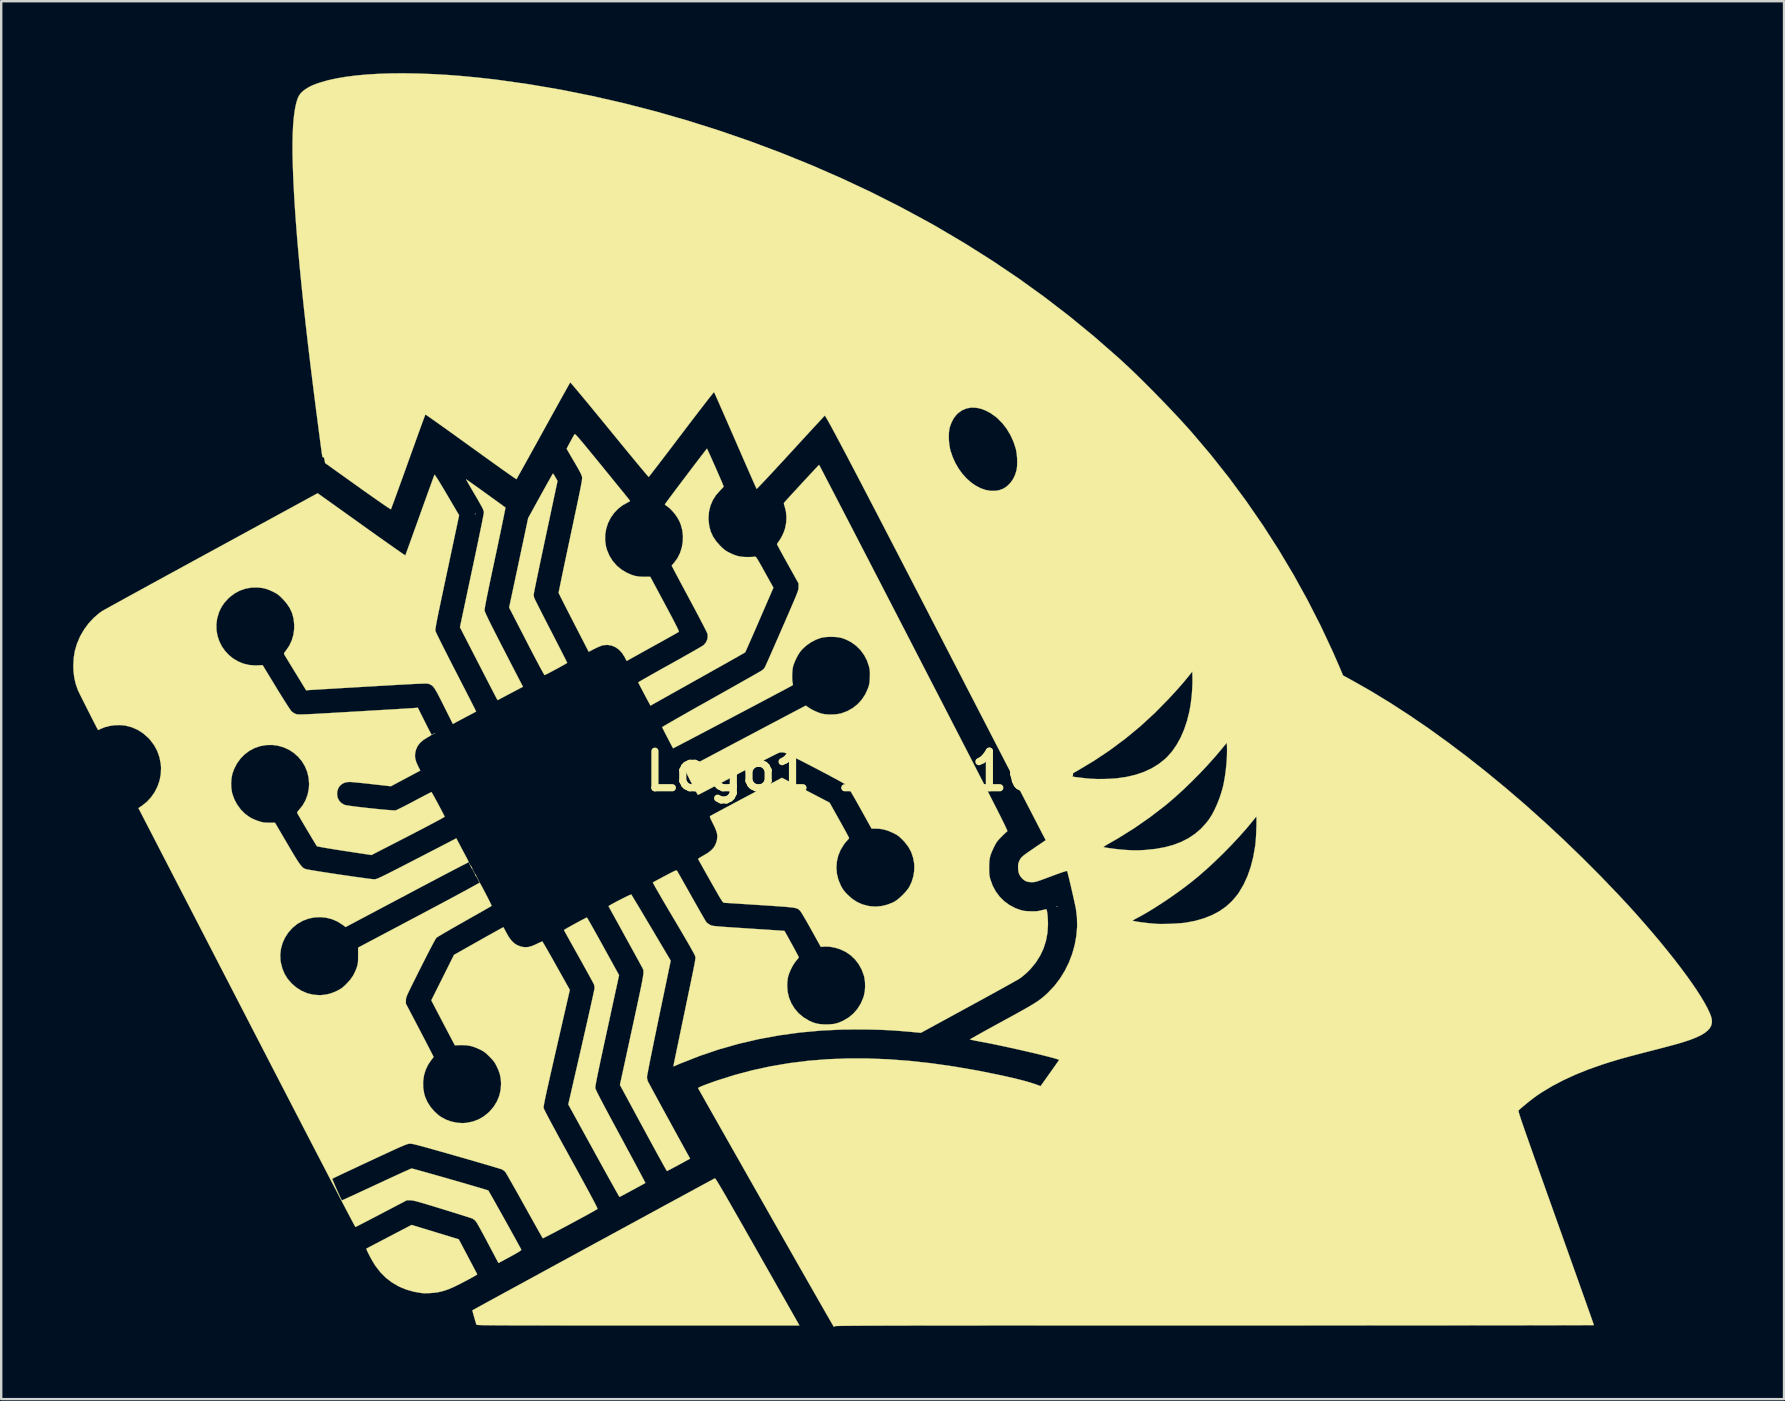
<source format=kicad_pcb>
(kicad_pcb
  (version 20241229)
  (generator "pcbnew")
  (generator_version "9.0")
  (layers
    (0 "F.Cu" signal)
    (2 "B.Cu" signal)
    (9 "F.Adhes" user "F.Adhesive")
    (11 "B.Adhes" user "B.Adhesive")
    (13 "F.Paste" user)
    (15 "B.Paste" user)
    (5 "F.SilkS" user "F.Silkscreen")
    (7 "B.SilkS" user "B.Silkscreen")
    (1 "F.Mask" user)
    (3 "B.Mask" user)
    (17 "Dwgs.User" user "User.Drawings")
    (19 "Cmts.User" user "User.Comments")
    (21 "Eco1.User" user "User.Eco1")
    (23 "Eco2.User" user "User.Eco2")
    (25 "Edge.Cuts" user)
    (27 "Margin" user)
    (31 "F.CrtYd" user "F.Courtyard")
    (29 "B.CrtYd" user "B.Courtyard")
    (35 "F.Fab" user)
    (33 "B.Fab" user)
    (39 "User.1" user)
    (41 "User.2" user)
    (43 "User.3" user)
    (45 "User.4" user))
  (footprint "Logo1 100x100"
    (layer "F.Cu")
    (at 32.837 29.082)
    (property "Reference" "Logo1 100x100" (at 0 0 0) (layer "F.SilkS") (effects (font (size 1.524 1.524) (thickness 0.3))))
    (attr through_hole)
    (fp_poly (pts (xy -17.843 -1.535) (xy -17.854 -1.524) (xy -17.865 -1.535) (xy -17.854 -1.545) (xy -17.843 -1.535)) (stroke (width 0.01) (type solid)) (fill yes) (layer "F.SilkS"))
    (fp_poly (pts (xy -17.801 -1.556) (xy -17.812 -1.545) (xy -17.822 -1.556) (xy -17.812 -1.566) (xy -17.801 -1.556)) (stroke (width 0.01) (type solid)) (fill yes) (layer "F.SilkS"))
    (fp_poly (pts (xy -17.759 -1.577) (xy -17.769 -1.566) (xy -17.78 -1.577) (xy -17.769 -1.587) (xy -17.759 -1.577)) (stroke (width 0.01) (type solid)) (fill yes) (layer "F.SilkS"))
    (fp_poly (pts (xy -16.32 3.842) (xy -16.33 3.852) (xy -16.341 3.842) (xy -16.33 3.831) (xy -16.32 3.842)) (stroke (width 0.01) (type solid)) (fill yes) (layer "F.SilkS"))
    (fp_poly (pts (xy -16.298 3.884) (xy -16.309 3.895) (xy -16.32 3.884) (xy -16.309 3.873) (xy -16.298 3.884)) (stroke (width 0.01) (type solid)) (fill yes) (layer "F.SilkS"))
    (fp_poly (pts (xy -16.171 4.117) (xy -16.182 4.128) (xy -16.192 4.117) (xy -16.182 4.106) (xy -16.171 4.117)) (stroke (width 0.01) (type solid)) (fill yes) (layer "F.SilkS"))
    (fp_poly (pts (xy -16.15 4.159) (xy -16.161 4.17) (xy -16.171 4.159) (xy -16.161 4.149) (xy -16.15 4.159)) (stroke (width 0.01) (type solid)) (fill yes) (layer "F.SilkS"))
    (fp_poly (pts (xy -16.129 4.202) (xy -16.14 4.212) (xy -16.15 4.202) (xy -16.14 4.191) (xy -16.129 4.202)) (stroke (width 0.01) (type solid)) (fill yes) (layer "F.SilkS"))
    (fp_poly (pts (xy -16.108 4.244) (xy -16.118 4.255) (xy -16.129 4.244) (xy -16.118 4.233) (xy -16.108 4.244)) (stroke (width 0.01) (type solid)) (fill yes) (layer "F.SilkS"))
    (fp_poly (pts (xy -16.002 4.434) (xy -16.013 4.445) (xy -16.023 4.434) (xy -16.013 4.424) (xy -16.002 4.434)) (stroke (width 0.01) (type solid)) (fill yes) (layer "F.SilkS"))
    (fp_poly (pts (xy -15.981 4.477) (xy -15.991 4.487) (xy -16.002 4.477) (xy -15.991 4.466) (xy -15.981 4.477)) (stroke (width 0.01) (type solid)) (fill yes) (layer "F.SilkS"))
    (fp_poly (pts (xy -15.96 4.519) (xy -15.97 4.53) (xy -15.981 4.519) (xy -15.97 4.508) (xy -15.96 4.519)) (stroke (width 0.01) (type solid)) (fill yes) (layer "F.SilkS"))
    (fp_poly (pts (xy -15.938 4.561) (xy -15.949 4.572) (xy -15.96 4.561) (xy -15.949 4.551) (xy -15.938 4.561)) (stroke (width 0.01) (type solid)) (fill yes) (layer "F.SilkS"))
    (fp_poly (pts (xy -15.917 4.604) (xy -15.928 4.614) (xy -15.938 4.604) (xy -15.928 4.593) (xy -15.917 4.604)) (stroke (width 0.01) (type solid)) (fill yes) (layer "F.SilkS"))
    (fp_poly (pts (xy -16.073 -10.724) (xy -16.075 -10.712) (xy -16.087 -10.71) (xy -16.104 -10.718) (xy -16.101 -10.724) (xy -16.076 -10.727) (xy -16.073 -10.724)) (stroke (width 0.01) (type solid)) (fill yes) (layer "F.SilkS"))
    (fp_poly (pts (xy 8.163 5.637) (xy 8.16 5.65) (xy 8.149 5.652) (xy 8.132 5.644) (xy 8.135 5.637) (xy 8.16 5.635) (xy 8.163 5.637)) (stroke (width 0.01) (type solid)) (fill yes) (layer "F.SilkS"))
    (fp_poly (pts (xy -16.274 3.933) (xy -16.248 3.976) (xy -16.235 4) (xy -16.211 4.051) (xy -16.201 4.081) (xy -16.202 4.085) (xy -16.217 4.068) (xy -16.243 4.025) (xy -16.256 4) (xy -16.28 3.95) (xy -16.29 3.92) (xy -16.289 3.916) (xy -16.274 3.933)) (stroke (width 0.01) (type solid)) (fill yes) (layer "F.SilkS"))
    (fp_poly (pts (xy -16.083 4.292) (xy -16.058 4.333) (xy -16.055 4.339) (xy -16.036 4.382) (xy -16.032 4.402) (xy -16.033 4.403) (xy -16.048 4.386) (xy -16.073 4.345) (xy -16.076 4.339) (xy -16.095 4.297) (xy -16.099 4.276) (xy -16.098 4.276) (xy -16.083 4.292)) (stroke (width 0.01) (type solid)) (fill yes) (layer "F.SilkS"))
    (fp_poly (pts (xy -17.757 19.203) (xy -16.774 19.502) (xy -16.393 20.222) (xy -16.308 20.383) (xy -16.23 20.532) (xy -16.16 20.665) (xy -16.1 20.778) (xy -16.053 20.867) (xy -16.022 20.927) (xy -16.007 20.955) (xy -16.006 20.957) (xy -16.008 20.965) (xy -16.021 20.978) (xy -16.049 20.998) (xy -16.096 21.026) (xy -16.165 21.065) (xy -16.259 21.116) (xy -16.382 21.182) (xy -16.538 21.265) (xy -16.616 21.306) (xy -16.827 21.414) (xy -17.01 21.502) (xy -17.172 21.572) (xy -17.32 21.626) (xy -17.462 21.669) (xy -17.604 21.702) (xy -17.611 21.704) (xy -17.708 21.719) (xy -17.829 21.733) (xy -17.96 21.743) (xy -18.088 21.749) (xy -18.201 21.751) (xy -18.285 21.747) (xy -18.288 21.747) (xy -18.639 21.688) (xy -18.967 21.595) (xy -19.271 21.467) (xy -19.551 21.305) (xy -19.807 21.109) (xy -20.036 20.879) (xy -20.24 20.616) (xy -20.254 20.596) (xy -20.305 20.515) (xy -20.362 20.419) (xy -20.421 20.315) (xy -20.478 20.21) (xy -20.53 20.109) (xy -20.574 20.021) (xy -20.605 19.95) (xy -20.622 19.904) (xy -20.622 19.89) (xy -20.6 19.879) (xy -20.545 19.85) (xy -20.46 19.805) (xy -20.348 19.746) (xy -20.213 19.675) (xy -20.058 19.594) (xy -19.888 19.505) (xy -19.707 19.41) (xy -19.673 19.392) (xy -18.74 18.904) (xy -17.757 19.203)) (stroke (width 0.01) (type solid)) (fill yes) (layer "F.SilkS"))
    (fp_poly (pts (xy -12.832 -12.386) (xy -12.802 -12.341) (xy -12.763 -12.275) (xy -12.747 -12.248) (xy -12.658 -12.092) (xy -13.155 -9.757) (xy -13.221 -9.448) (xy -13.284 -9.15) (xy -13.344 -8.866) (xy -13.4 -8.598) (xy -13.452 -8.348) (xy -13.5 -8.121) (xy -13.542 -7.917) (xy -13.578 -7.741) (xy -13.608 -7.594) (xy -13.63 -7.48) (xy -13.645 -7.401) (xy -13.652 -7.359) (xy -13.652 -7.355) (xy -13.645 -7.285) (xy -13.628 -7.219) (xy -13.615 -7.189) (xy -13.583 -7.124) (xy -13.536 -7.028) (xy -13.474 -6.905) (xy -13.399 -6.757) (xy -13.313 -6.587) (xy -13.217 -6.399) (xy -13.113 -6.197) (xy -13.003 -5.982) (xy -12.93 -5.841) (xy -12.817 -5.622) (xy -12.711 -5.415) (xy -12.611 -5.221) (xy -12.521 -5.044) (xy -12.442 -4.888) (xy -12.374 -4.755) (xy -12.32 -4.648) (xy -12.282 -4.571) (xy -12.26 -4.526) (xy -12.256 -4.515) (xy -12.273 -4.502) (xy -12.322 -4.472) (xy -12.397 -4.429) (xy -12.491 -4.377) (xy -12.597 -4.318) (xy -12.711 -4.256) (xy -12.826 -4.195) (xy -12.935 -4.136) (xy -13.033 -4.085) (xy -13.114 -4.044) (xy -13.171 -4.016) (xy -13.197 -4.005) (xy -13.211 -4.022) (xy -13.242 -4.075) (xy -13.29 -4.16) (xy -13.353 -4.275) (xy -13.43 -4.417) (xy -13.518 -4.584) (xy -13.618 -4.773) (xy -13.727 -4.981) (xy -13.844 -5.207) (xy -13.948 -5.409) (xy -14.674 -6.819) (xy -14.277 -8.683) (xy -13.881 -10.547) (xy -13.37 -11.475) (xy -13.27 -11.656) (xy -13.175 -11.826) (xy -13.089 -11.981) (xy -13.013 -12.117) (xy -12.949 -12.23) (xy -12.899 -12.318) (xy -12.864 -12.377) (xy -12.848 -12.402) (xy -12.847 -12.403) (xy -12.832 -12.386)) (stroke (width 0.01) (type solid)) (fill yes) (layer "F.SilkS"))
    (fp_poly (pts (xy -6.091 16.968) (xy -6.074 16.989) (xy -6.049 17.026) (xy -6.013 17.081) (xy -5.967 17.156) (xy -5.91 17.251) (xy -5.841 17.368) (xy -5.758 17.508) (xy -5.662 17.673) (xy -5.552 17.864) (xy -5.426 18.083) (xy -5.285 18.331) (xy -5.126 18.608) (xy -4.949 18.918) (xy -4.755 19.26) (xy -4.54 19.637) (xy -4.35 19.972) (xy -4.162 20.304) (xy -3.979 20.625) (xy -3.803 20.936) (xy -3.634 21.232) (xy -3.475 21.514) (xy -3.325 21.777) (xy -3.186 22.022) (xy -3.06 22.245) (xy -2.947 22.444) (xy -2.848 22.619) (xy -2.764 22.766) (xy -2.698 22.884) (xy -2.648 22.971) (xy -2.618 23.024) (xy -2.608 23.042) (xy -2.581 23.093) (xy -9.303 23.093) (xy -9.936 23.093) (xy -10.528 23.093) (xy -11.081 23.093) (xy -11.596 23.093) (xy -12.074 23.093) (xy -12.516 23.092) (xy -12.924 23.092) (xy -13.299 23.092) (xy -13.643 23.091) (xy -13.957 23.091) (xy -14.242 23.09) (xy -14.5 23.09) (xy -14.732 23.089) (xy -14.94 23.088) (xy -15.124 23.087) (xy -15.287 23.086) (xy -15.429 23.085) (xy -15.552 23.083) (xy -15.657 23.082) (xy -15.746 23.08) (xy -15.821 23.078) (xy -15.881 23.076) (xy -15.929 23.074) (xy -15.967 23.072) (xy -15.994 23.069) (xy -16.014 23.066) (xy -16.027 23.063) (xy -16.035 23.06) (xy -16.038 23.057) (xy -16.039 23.056) (xy -16.05 23.022) (xy -16.069 22.957) (xy -16.095 22.868) (xy -16.124 22.765) (xy -16.131 22.744) (xy -16.208 22.468) (xy -16.153 22.434) (xy -16.125 22.418) (xy -16.063 22.384) (xy -15.967 22.331) (xy -15.841 22.261) (xy -15.684 22.176) (xy -15.501 22.075) (xy -15.291 21.961) (xy -15.058 21.833) (xy -14.803 21.694) (xy -14.527 21.544) (xy -14.234 21.384) (xy -13.924 21.215) (xy -13.599 21.038) (xy -13.262 20.854) (xy -12.913 20.664) (xy -12.556 20.469) (xy -12.192 20.271) (xy -11.822 20.069) (xy -11.449 19.866) (xy -11.074 19.662) (xy -10.699 19.458) (xy -10.327 19.256) (xy -9.959 19.055) (xy -9.596 18.858) (xy -9.241 18.665) (xy -8.896 18.477) (xy -8.562 18.296) (xy -8.241 18.121) (xy -7.935 17.955) (xy -7.647 17.799) (xy -7.377 17.652) (xy -7.128 17.517) (xy -6.901 17.394) (xy -6.698 17.284) (xy -6.522 17.189) (xy -6.374 17.109) (xy -6.256 17.045) (xy -6.17 16.999) (xy -6.117 16.971) (xy -6.1 16.962) (xy -6.091 16.968)) (stroke (width 0.01) (type solid)) (fill yes) (layer "F.SilkS"))
    (fp_poly (pts (xy -16.447 -12.148) (xy -16.399 -12.115) (xy -16.325 -12.063) (xy -16.229 -11.995) (xy -16.115 -11.914) (xy -15.987 -11.823) (xy -15.85 -11.724) (xy -15.706 -11.621) (xy -15.561 -11.517) (xy -15.418 -11.414) (xy -15.282 -11.316) (xy -15.156 -11.225) (xy -15.045 -11.144) (xy -14.953 -11.077) (xy -14.883 -11.025) (xy -14.84 -10.993) (xy -14.829 -10.984) (xy -14.832 -10.962) (xy -14.842 -10.901) (xy -14.861 -10.805) (xy -14.887 -10.675) (xy -14.919 -10.515) (xy -14.958 -10.328) (xy -15.002 -10.116) (xy -15.05 -9.882) (xy -15.104 -9.629) (xy -15.16 -9.359) (xy -15.22 -9.076) (xy -15.263 -8.878) (xy -15.338 -8.521) (xy -15.406 -8.204) (xy -15.465 -7.924) (xy -15.516 -7.679) (xy -15.56 -7.467) (xy -15.597 -7.285) (xy -15.627 -7.132) (xy -15.651 -7.005) (xy -15.67 -6.903) (xy -15.684 -6.822) (xy -15.692 -6.762) (xy -15.696 -6.719) (xy -15.697 -6.693) (xy -15.696 -6.689) (xy -15.687 -6.655) (xy -15.663 -6.596) (xy -15.625 -6.511) (xy -15.572 -6.398) (xy -15.503 -6.256) (xy -15.417 -6.082) (xy -15.313 -5.876) (xy -15.191 -5.637) (xy -15.05 -5.361) (xy -15.015 -5.292) (xy -14.899 -5.067) (xy -14.785 -4.846) (xy -14.677 -4.636) (xy -14.575 -4.438) (xy -14.481 -4.257) (xy -14.399 -4.097) (xy -14.328 -3.961) (xy -14.273 -3.854) (xy -14.233 -3.778) (xy -14.221 -3.755) (xy -14.097 -3.52) (xy -14.409 -3.355) (xy -14.535 -3.289) (xy -14.669 -3.218) (xy -14.797 -3.15) (xy -14.905 -3.093) (xy -14.937 -3.076) (xy -15.153 -2.961) (xy -15.183 -3.01) (xy -15.197 -3.036) (xy -15.229 -3.097) (xy -15.278 -3.189) (xy -15.341 -3.311) (xy -15.417 -3.458) (xy -15.505 -3.628) (xy -15.602 -3.817) (xy -15.709 -4.023) (xy -15.822 -4.244) (xy -15.941 -4.475) (xy -15.969 -4.528) (xy -16.724 -5.998) (xy -16.226 -8.343) (xy -16.16 -8.652) (xy -16.097 -8.951) (xy -16.037 -9.237) (xy -15.98 -9.507) (xy -15.928 -9.758) (xy -15.881 -9.988) (xy -15.838 -10.193) (xy -15.802 -10.372) (xy -15.773 -10.52) (xy -15.75 -10.637) (xy -15.735 -10.718) (xy -15.728 -10.762) (xy -15.727 -10.768) (xy -15.729 -10.801) (xy -15.734 -10.835) (xy -15.746 -10.874) (xy -15.765 -10.923) (xy -15.795 -10.984) (xy -15.837 -11.063) (xy -15.893 -11.163) (xy -15.964 -11.288) (xy -16.054 -11.442) (xy -16.139 -11.587) (xy -16.221 -11.726) (xy -16.295 -11.854) (xy -16.359 -11.965) (xy -16.41 -12.055) (xy -16.446 -12.119) (xy -16.463 -12.154) (xy -16.465 -12.159) (xy -16.447 -12.148)) (stroke (width 0.01) (type solid)) (fill yes) (layer "F.SilkS"))
    (fp_poly (pts (xy -9.585 5.138) (xy -9.572 5.159) (xy -9.538 5.213) (xy -9.487 5.298) (xy -9.419 5.411) (xy -9.336 5.549) (xy -9.24 5.709) (xy -9.133 5.888) (xy -9.017 6.084) (xy -8.892 6.293) (xy -8.762 6.513) (xy -8.754 6.525) (xy -7.942 7.894) (xy -8.437 10.27) (xy -8.502 10.583) (xy -8.564 10.885) (xy -8.624 11.173) (xy -8.679 11.446) (xy -8.731 11.701) (xy -8.778 11.934) (xy -8.82 12.143) (xy -8.856 12.326) (xy -8.885 12.479) (xy -8.908 12.6) (xy -8.924 12.686) (xy -8.931 12.734) (xy -8.932 12.742) (xy -8.922 12.825) (xy -8.899 12.908) (xy -8.893 12.922) (xy -8.878 12.951) (xy -8.845 13.013) (xy -8.795 13.105) (xy -8.731 13.225) (xy -8.653 13.368) (xy -8.564 13.532) (xy -8.465 13.714) (xy -8.359 13.909) (xy -8.247 14.114) (xy -8.131 14.327) (xy -8.012 14.543) (xy -7.894 14.76) (xy -7.776 14.975) (xy -7.662 15.183) (xy -7.553 15.381) (xy -7.451 15.567) (xy -7.358 15.737) (xy -7.275 15.887) (xy -7.205 16.013) (xy -7.135 16.141) (xy -7.608 16.4) (xy -7.737 16.47) (xy -7.855 16.533) (xy -7.955 16.586) (xy -8.032 16.626) (xy -8.082 16.651) (xy -8.1 16.658) (xy -8.112 16.64) (xy -8.143 16.587) (xy -8.191 16.502) (xy -8.256 16.387) (xy -8.334 16.245) (xy -8.426 16.078) (xy -8.53 15.89) (xy -8.643 15.682) (xy -8.766 15.457) (xy -8.896 15.218) (xy -9.032 14.967) (xy -9.088 14.864) (xy -10.058 13.07) (xy -9.556 10.756) (xy -9.477 10.391) (xy -9.406 10.065) (xy -9.344 9.775) (xy -9.289 9.52) (xy -9.242 9.297) (xy -9.201 9.103) (xy -9.167 8.937) (xy -9.139 8.795) (xy -9.117 8.675) (xy -9.1 8.576) (xy -9.088 8.494) (xy -9.08 8.428) (xy -9.077 8.374) (xy -9.078 8.332) (xy -9.081 8.297) (xy -9.088 8.268) (xy -9.098 8.242) (xy -9.109 8.218) (xy -9.122 8.192) (xy -9.126 8.184) (xy -9.141 8.157) (xy -9.174 8.096) (xy -9.224 8.005) (xy -9.287 7.889) (xy -9.363 7.751) (xy -9.449 7.594) (xy -9.543 7.424) (xy -9.642 7.243) (xy -9.746 7.055) (xy -9.851 6.864) (xy -9.955 6.674) (xy -10.057 6.488) (xy -10.155 6.311) (xy -10.246 6.146) (xy -10.328 5.997) (xy -10.4 5.868) (xy -10.458 5.762) (xy -10.501 5.683) (xy -10.528 5.636) (xy -10.533 5.627) (xy -10.518 5.613) (xy -10.472 5.583) (xy -10.399 5.541) (xy -10.307 5.49) (xy -10.201 5.433) (xy -10.087 5.374) (xy -9.972 5.315) (xy -9.861 5.259) (xy -9.762 5.211) (xy -9.679 5.172) (xy -9.619 5.147) (xy -9.588 5.137) (xy -9.585 5.138)) (stroke (width 0.01) (type solid)) (fill yes) (layer "F.SilkS"))
    (fp_poly (pts (xy -11.421 6.114) (xy -11.39 6.166) (xy -11.342 6.249) (xy -11.279 6.36) (xy -11.202 6.496) (xy -11.114 6.653) (xy -11.015 6.829) (xy -10.909 7.02) (xy -10.796 7.224) (xy -10.756 7.297) (xy -10.094 8.498) (xy -10.595 10.804) (xy -10.676 11.175) (xy -10.748 11.508) (xy -10.811 11.803) (xy -10.867 12.063) (xy -10.915 12.29) (xy -10.956 12.487) (xy -10.991 12.654) (xy -11.019 12.795) (xy -11.042 12.912) (xy -11.059 13.006) (xy -11.072 13.08) (xy -11.079 13.135) (xy -11.083 13.174) (xy -11.084 13.2) (xy -11.083 13.204) (xy -11.075 13.231) (xy -11.056 13.277) (xy -11.025 13.345) (xy -10.981 13.435) (xy -10.923 13.549) (xy -10.85 13.69) (xy -10.762 13.858) (xy -10.658 14.055) (xy -10.536 14.282) (xy -10.397 14.542) (xy -10.239 14.835) (xy -10.062 15.164) (xy -10.03 15.223) (xy -9.888 15.487) (xy -9.751 15.741) (xy -9.621 15.982) (xy -9.5 16.207) (xy -9.389 16.414) (xy -9.289 16.601) (xy -9.202 16.765) (xy -9.128 16.903) (xy -9.07 17.014) (xy -9.028 17.094) (xy -9.004 17.142) (xy -8.998 17.154) (xy -9.02 17.168) (xy -9.073 17.198) (xy -9.151 17.241) (xy -9.249 17.295) (xy -9.362 17.356) (xy -9.482 17.422) (xy -9.605 17.488) (xy -9.725 17.553) (xy -9.836 17.613) (xy -9.932 17.664) (xy -10.008 17.704) (xy -10.058 17.73) (xy -10.076 17.738) (xy -10.088 17.72) (xy -10.119 17.667) (xy -10.167 17.582) (xy -10.232 17.467) (xy -10.312 17.324) (xy -10.405 17.157) (xy -10.511 16.968) (xy -10.627 16.758) (xy -10.753 16.531) (xy -10.887 16.288) (xy -11.028 16.033) (xy -11.15 15.81) (xy -12.21 13.883) (xy -11.661 11.489) (xy -11.59 11.177) (xy -11.521 10.876) (xy -11.456 10.588) (xy -11.394 10.316) (xy -11.337 10.062) (xy -11.285 9.83) (xy -11.239 9.623) (xy -11.199 9.441) (xy -11.166 9.289) (xy -11.14 9.17) (xy -11.123 9.084) (xy -11.114 9.036) (xy -11.113 9.027) (xy -11.12 8.958) (xy -11.137 8.889) (xy -11.152 8.858) (xy -11.185 8.794) (xy -11.236 8.7) (xy -11.301 8.579) (xy -11.38 8.436) (xy -11.47 8.273) (xy -11.569 8.094) (xy -11.676 7.902) (xy -11.773 7.727) (xy -11.884 7.53) (xy -11.988 7.343) (xy -12.085 7.171) (xy -12.171 7.016) (xy -12.245 6.882) (xy -12.306 6.772) (xy -12.352 6.689) (xy -12.38 6.637) (xy -12.389 6.618) (xy -12.372 6.605) (xy -12.324 6.575) (xy -12.25 6.532) (xy -12.157 6.48) (xy -12.051 6.42) (xy -11.937 6.357) (xy -11.822 6.295) (xy -11.711 6.235) (xy -11.612 6.183) (xy -11.528 6.14) (xy -11.468 6.11) (xy -11.436 6.096) (xy -11.434 6.096) (xy -11.421 6.114)) (stroke (width 0.01) (type solid)) (fill yes) (layer "F.SilkS"))
    (fp_poly (pts (xy -11.929 -14.039) (xy -11.91 -14.025) (xy -11.882 -14) (xy -11.845 -13.96) (xy -11.795 -13.905) (xy -11.732 -13.833) (xy -11.654 -13.741) (xy -11.559 -13.627) (xy -11.446 -13.491) (xy -11.313 -13.329) (xy -11.158 -13.139) (xy -10.979 -12.921) (xy -10.782 -12.679) (xy -10.61 -12.468) (xy -10.445 -12.266) (xy -10.29 -12.075) (xy -10.147 -11.899) (xy -10.017 -11.739) (xy -9.903 -11.599) (xy -9.807 -11.479) (xy -9.73 -11.384) (xy -9.675 -11.315) (xy -9.643 -11.274) (xy -9.636 -11.264) (xy -9.649 -11.246) (xy -9.691 -11.22) (xy -9.72 -11.206) (xy -9.942 -11.084) (xy -10.138 -10.932) (xy -10.306 -10.754) (xy -10.446 -10.553) (xy -10.555 -10.335) (xy -10.63 -10.103) (xy -10.671 -9.862) (xy -10.675 -9.616) (xy -10.64 -9.37) (xy -10.594 -9.209) (xy -10.491 -8.968) (xy -10.352 -8.749) (xy -10.182 -8.557) (xy -9.983 -8.393) (xy -9.768 -8.267) (xy -9.599 -8.192) (xy -9.444 -8.141) (xy -9.286 -8.112) (xy -9.109 -8.1) (xy -9.038 -8.1) (xy -8.794 -8.1) (xy -8.186 -6.966) (xy -8.055 -6.719) (xy -7.942 -6.508) (xy -7.848 -6.329) (xy -7.771 -6.18) (xy -7.71 -6.06) (xy -7.664 -5.966) (xy -7.631 -5.896) (xy -7.611 -5.848) (xy -7.603 -5.819) (xy -7.605 -5.808) (xy -7.628 -5.794) (xy -7.684 -5.761) (xy -7.771 -5.711) (xy -7.884 -5.648) (xy -8.021 -5.571) (xy -8.177 -5.484) (xy -8.349 -5.388) (xy -8.534 -5.285) (xy -8.636 -5.229) (xy -8.828 -5.123) (xy -9.01 -5.022) (xy -9.179 -4.928) (xy -9.331 -4.843) (xy -9.463 -4.77) (xy -9.57 -4.71) (xy -9.65 -4.666) (xy -9.698 -4.638) (xy -9.709 -4.632) (xy -9.776 -4.592) (xy -9.864 -4.762) (xy -9.972 -4.93) (xy -10.1 -5.066) (xy -10.246 -5.169) (xy -10.405 -5.235) (xy -10.575 -5.263) (xy -10.75 -5.251) (xy -10.753 -5.25) (xy -10.819 -5.231) (xy -10.911 -5.196) (xy -11.017 -5.15) (xy -11.114 -5.102) (xy -11.359 -4.976) (xy -11.982 -6.186) (xy -12.09 -6.397) (xy -12.193 -6.597) (xy -12.288 -6.783) (xy -12.374 -6.952) (xy -12.449 -7.101) (xy -12.512 -7.226) (xy -12.561 -7.324) (xy -12.594 -7.392) (xy -12.61 -7.427) (xy -12.611 -7.43) (xy -12.608 -7.455) (xy -12.596 -7.518) (xy -12.576 -7.618) (xy -12.549 -7.751) (xy -12.516 -7.915) (xy -12.476 -8.107) (xy -12.431 -8.325) (xy -12.381 -8.565) (xy -12.326 -8.825) (xy -12.267 -9.103) (xy -12.205 -9.396) (xy -12.14 -9.701) (xy -12.117 -9.812) (xy -12.039 -10.175) (xy -11.971 -10.499) (xy -11.91 -10.786) (xy -11.856 -11.039) (xy -11.81 -11.259) (xy -11.77 -11.45) (xy -11.736 -11.614) (xy -11.708 -11.753) (xy -11.686 -11.869) (xy -11.668 -11.964) (xy -11.654 -12.042) (xy -11.644 -12.104) (xy -11.638 -12.153) (xy -11.634 -12.191) (xy -11.633 -12.221) (xy -11.634 -12.244) (xy -11.637 -12.264) (xy -11.638 -12.27) (xy -11.653 -12.319) (xy -11.682 -12.388) (xy -11.728 -12.479) (xy -11.792 -12.597) (xy -11.876 -12.744) (xy -11.968 -12.902) (xy -12.047 -13.036) (xy -12.119 -13.159) (xy -12.18 -13.265) (xy -12.229 -13.349) (xy -12.262 -13.407) (xy -12.276 -13.435) (xy -12.277 -13.437) (xy -12.267 -13.458) (xy -12.241 -13.509) (xy -12.203 -13.582) (xy -12.156 -13.668) (xy -12.106 -13.76) (xy -12.056 -13.851) (xy -12.011 -13.932) (xy -11.974 -13.996) (xy -11.95 -14.036) (xy -11.948 -14.04) (xy -11.941 -14.043) (xy -11.929 -14.039)) (stroke (width 0.01) (type solid)) (fill yes) (layer "F.SilkS"))
    (fp_poly (pts (xy -6.421 -13.421) (xy -6.396 -13.369) (xy -6.359 -13.288) (xy -6.311 -13.183) (xy -6.255 -13.059) (xy -6.193 -12.92) (xy -6.128 -12.773) (xy -6.061 -12.622) (xy -5.995 -12.472) (xy -5.932 -12.327) (xy -5.874 -12.194) (xy -5.824 -12.076) (xy -5.783 -11.979) (xy -5.754 -11.907) (xy -5.738 -11.867) (xy -5.736 -11.86) (xy -5.75 -11.839) (xy -5.789 -11.796) (xy -5.844 -11.738) (xy -5.877 -11.705) (xy -6.054 -11.506) (xy -6.191 -11.29) (xy -6.289 -11.057) (xy -6.348 -10.81) (xy -6.368 -10.548) (xy -6.365 -10.457) (xy -6.336 -10.208) (xy -6.274 -9.981) (xy -6.176 -9.77) (xy -6.04 -9.57) (xy -5.885 -9.397) (xy -5.793 -9.307) (xy -5.717 -9.24) (xy -5.647 -9.187) (xy -5.571 -9.142) (xy -5.482 -9.096) (xy -5.326 -9.025) (xy -5.189 -8.976) (xy -5.056 -8.944) (xy -4.912 -8.928) (xy -4.752 -8.923) (xy -4.647 -8.924) (xy -4.553 -8.927) (xy -4.482 -8.932) (xy -4.443 -8.937) (xy -4.428 -8.94) (xy -4.414 -8.937) (xy -4.397 -8.926) (xy -4.375 -8.902) (xy -4.347 -8.861) (xy -4.31 -8.802) (xy -4.261 -8.719) (xy -4.199 -8.609) (xy -4.121 -8.47) (xy -4.026 -8.299) (xy -3.663 -7.646) (xy -4.244 -6.307) (xy -4.341 -6.082) (xy -4.434 -5.868) (xy -4.521 -5.67) (xy -4.6 -5.488) (xy -4.671 -5.328) (xy -4.731 -5.192) (xy -4.78 -5.083) (xy -4.815 -5.005) (xy -4.836 -4.96) (xy -4.841 -4.951) (xy -4.861 -4.939) (xy -4.916 -4.907) (xy -5.003 -4.858) (xy -5.12 -4.791) (xy -5.263 -4.71) (xy -5.431 -4.615) (xy -5.621 -4.508) (xy -5.831 -4.39) (xy -6.058 -4.263) (xy -6.3 -4.127) (xy -6.554 -3.984) (xy -6.752 -3.873) (xy -7.015 -3.726) (xy -7.268 -3.584) (xy -7.509 -3.449) (xy -7.736 -3.322) (xy -7.946 -3.204) (xy -8.135 -3.098) (xy -8.303 -3.004) (xy -8.445 -2.924) (xy -8.561 -2.859) (xy -8.646 -2.811) (xy -8.699 -2.781) (xy -8.715 -2.772) (xy -8.783 -2.732) (xy -8.855 -2.864) (xy -8.916 -2.976) (xy -8.981 -3.097) (xy -9.047 -3.221) (xy -9.111 -3.343) (xy -9.17 -3.455) (xy -9.22 -3.553) (xy -9.26 -3.631) (xy -9.285 -3.683) (xy -9.292 -3.702) (xy -9.274 -3.715) (xy -9.222 -3.747) (xy -9.139 -3.795) (xy -9.027 -3.86) (xy -8.89 -3.938) (xy -8.731 -4.028) (xy -8.552 -4.129) (xy -8.357 -4.239) (xy -8.148 -4.355) (xy -7.966 -4.456) (xy -7.746 -4.579) (xy -7.535 -4.697) (xy -7.337 -4.809) (xy -7.154 -4.912) (xy -6.99 -5.005) (xy -6.849 -5.087) (xy -6.732 -5.154) (xy -6.644 -5.207) (xy -6.588 -5.242) (xy -6.568 -5.256) (xy -6.479 -5.359) (xy -6.422 -5.479) (xy -6.399 -5.608) (xy -6.412 -5.731) (xy -6.426 -5.764) (xy -6.458 -5.832) (xy -6.507 -5.929) (xy -6.571 -6.055) (xy -6.649 -6.204) (xy -6.738 -6.375) (xy -6.836 -6.562) (xy -6.944 -6.765) (xy -7.057 -6.978) (xy -7.126 -7.106) (xy -7.243 -7.324) (xy -7.355 -7.533) (xy -7.46 -7.73) (xy -7.557 -7.911) (xy -7.643 -8.073) (xy -7.717 -8.213) (xy -7.778 -8.327) (xy -7.823 -8.412) (xy -7.851 -8.466) (xy -7.859 -8.481) (xy -7.902 -8.569) (xy -7.803 -8.682) (xy -7.663 -8.872) (xy -7.556 -9.085) (xy -7.481 -9.315) (xy -7.44 -9.555) (xy -7.432 -9.8) (xy -7.46 -10.043) (xy -7.524 -10.279) (xy -7.578 -10.412) (xy -7.661 -10.563) (xy -7.764 -10.712) (xy -7.881 -10.851) (xy -8.001 -10.969) (xy -8.119 -11.057) (xy -8.129 -11.064) (xy -8.169 -11.094) (xy -8.185 -11.119) (xy -8.185 -11.121) (xy -8.171 -11.142) (xy -8.134 -11.193) (xy -8.077 -11.271) (xy -8.002 -11.372) (xy -7.911 -11.493) (xy -7.808 -11.631) (xy -7.695 -11.782) (xy -7.573 -11.943) (xy -7.447 -12.111) (xy -7.317 -12.282) (xy -7.188 -12.453) (xy -7.061 -12.621) (xy -6.939 -12.782) (xy -6.824 -12.933) (xy -6.719 -13.07) (xy -6.627 -13.191) (xy -6.549 -13.292) (xy -6.489 -13.369) (xy -6.45 -13.419) (xy -6.432 -13.439) (xy -6.432 -13.44) (xy -6.421 -13.421)) (stroke (width 0.01) (type solid)) (fill yes) (layer "F.SilkS"))
    (fp_poly (pts (xy -1.75 -12.744) (xy -1.72 -12.689) (xy -1.673 -12.599) (xy -1.608 -12.475) (xy -1.526 -12.318) (xy -1.429 -12.13) (xy -1.315 -11.912) (xy -1.187 -11.665) (xy -1.044 -11.39) (xy -0.888 -11.089) (xy -0.719 -10.763) (xy -0.538 -10.413) (xy -0.345 -10.041) (xy -0.141 -9.647) (xy 0.073 -9.233) (xy 0.297 -8.8) (xy 0.529 -8.35) (xy 0.771 -7.883) (xy 1.02 -7.401) (xy 1.276 -6.905) (xy 1.538 -6.397) (xy 1.807 -5.877) (xy 2.08 -5.347) (xy 2.187 -5.139) (xy 2.518 -4.498) (xy 2.83 -3.893) (xy 3.124 -3.324) (xy 3.4 -2.789) (xy 3.658 -2.288) (xy 3.9 -1.818) (xy 4.126 -1.38) (xy 4.336 -0.973) (xy 4.531 -0.594) (xy 4.711 -0.244) (xy 4.877 0.08) (xy 5.03 0.377) (xy 5.17 0.65) (xy 5.297 0.899) (xy 5.412 1.124) (xy 5.516 1.329) (xy 5.61 1.512) (xy 5.693 1.676) (xy 5.766 1.821) (xy 5.83 1.949) (xy 5.885 2.061) (xy 5.933 2.157) (xy 5.973 2.238) (xy 6.005 2.307) (xy 6.031 2.363) (xy 6.052 2.408) (xy 6.067 2.443) (xy 6.077 2.469) (xy 6.082 2.487) (xy 6.084 2.498) (xy 6.083 2.503) (xy 6.082 2.503) (xy 6.053 2.526) (xy 6.002 2.572) (xy 5.934 2.636) (xy 5.858 2.711) (xy 5.841 2.728) (xy 5.753 2.818) (xy 5.688 2.892) (xy 5.636 2.961) (xy 5.59 3.038) (xy 5.539 3.135) (xy 5.52 3.175) (xy 5.447 3.331) (xy 5.394 3.464) (xy 5.359 3.588) (xy 5.337 3.716) (xy 5.327 3.861) (xy 5.324 4.022) (xy 5.326 4.156) (xy 5.33 4.26) (xy 5.339 4.344) (xy 5.353 4.42) (xy 5.373 4.498) (xy 5.47 4.766) (xy 5.601 5.01) (xy 5.763 5.228) (xy 5.955 5.418) (xy 6.175 5.578) (xy 6.419 5.705) (xy 6.562 5.759) (xy 6.655 5.789) (xy 6.735 5.81) (xy 6.816 5.823) (xy 6.912 5.831) (xy 7.035 5.836) (xy 7.038 5.836) (xy 7.162 5.839) (xy 7.257 5.838) (xy 7.336 5.831) (xy 7.415 5.817) (xy 7.505 5.796) (xy 7.51 5.794) (xy 7.595 5.774) (xy 7.663 5.76) (xy 7.705 5.754) (xy 7.714 5.756) (xy 7.729 5.801) (xy 7.743 5.88) (xy 7.756 5.985) (xy 7.766 6.105) (xy 7.773 6.234) (xy 7.776 6.361) (xy 7.776 6.392) (xy 7.754 6.738) (xy 7.692 7.069) (xy 7.591 7.385) (xy 7.451 7.684) (xy 7.273 7.967) (xy 7.056 8.232) (xy 6.928 8.362) (xy 6.838 8.445) (xy 6.74 8.528) (xy 6.648 8.601) (xy 6.592 8.641) (xy 6.553 8.664) (xy 6.48 8.707) (xy 6.374 8.766) (xy 6.24 8.842) (xy 6.079 8.931) (xy 5.894 9.034) (xy 5.687 9.148) (xy 5.463 9.272) (xy 5.222 9.404) (xy 4.968 9.543) (xy 4.703 9.688) (xy 4.462 9.819) (xy 2.482 10.899) (xy 2.04 10.858) (xy 1.772 10.835) (xy 1.528 10.815) (xy 1.3 10.8) (xy 1.075 10.787) (xy 0.845 10.777) (xy 0.599 10.769) (xy 0.327 10.763) (xy 0.159 10.76) (xy -0.759 10.763) (xy -1.662 10.805) (xy -2.549 10.886) (xy -3.42 11.005) (xy -4.275 11.162) (xy -5.113 11.357) (xy -5.933 11.59) (xy -6.735 11.861) (xy -7.519 12.17) (xy -7.546 12.181) (xy -7.639 12.221) (xy -7.719 12.255) (xy -7.778 12.28) (xy -7.805 12.291) (xy -7.829 12.296) (xy -7.832 12.293) (xy -7.827 12.272) (xy -7.815 12.212) (xy -7.795 12.115) (xy -7.769 11.986) (xy -7.736 11.826) (xy -7.697 11.639) (xy -7.653 11.427) (xy -7.604 11.192) (xy -7.551 10.938) (xy -7.495 10.668) (xy -7.436 10.383) (xy -7.389 10.158) (xy -7.313 9.795) (xy -7.246 9.472) (xy -7.186 9.185) (xy -7.133 8.932) (xy -7.088 8.712) (xy -7.048 8.521) (xy -7.015 8.358) (xy -6.987 8.221) (xy -6.965 8.106) (xy -6.946 8.012) (xy -6.933 7.936) (xy -6.923 7.876) (xy -6.916 7.83) (xy -6.912 7.795) (xy -6.911 7.769) (xy -6.912 7.75) (xy -6.915 7.735) (xy -6.919 7.722) (xy -6.923 7.709) (xy -6.928 7.694) (xy -6.929 7.69) (xy -6.945 7.652) (xy -6.983 7.579) (xy -7.041 7.473) (xy -7.118 7.336) (xy -7.213 7.169) (xy -7.327 6.973) (xy -7.457 6.75) (xy -7.603 6.502) (xy -7.764 6.23) (xy -7.829 6.12) (xy -7.964 5.892) (xy -8.093 5.674) (xy -8.213 5.47) (xy -8.323 5.282) (xy -8.421 5.112) (xy -8.506 4.964) (xy -8.577 4.84) (xy -8.631 4.742) (xy -8.667 4.675) (xy -8.684 4.64) (xy -8.685 4.635) (xy -8.662 4.621) (xy -8.607 4.591) (xy -8.525 4.546) (xy -8.421 4.49) (xy -8.3 4.425) (xy -8.186 4.365) (xy -8.039 4.287) (xy -7.925 4.228) (xy -7.84 4.185) (xy -7.778 4.156) (xy -7.736 4.139) (xy -7.709 4.133) (xy -7.692 4.136) (xy -7.681 4.146) (xy -7.675 4.156) (xy -7.659 4.182) (xy -7.625 4.243) (xy -7.574 4.332) (xy -7.508 4.448) (xy -7.43 4.587) (xy -7.34 4.745) (xy -7.242 4.919) (xy -7.138 5.104) (xy -7.08 5.207) (xy -6.972 5.398) (xy -6.869 5.58) (xy -6.773 5.749) (xy -6.686 5.901) (xy -6.61 6.033) (xy -6.548 6.14) (xy -6.501 6.22) (xy -6.471 6.268) (xy -6.464 6.28) (xy -6.416 6.327) (xy -6.347 6.376) (xy -6.301 6.402) (xy -6.278 6.413) (xy -6.255 6.422) (xy -6.229 6.431) (xy -6.195 6.438) (xy -6.152 6.446) (xy -6.096 6.453) (xy -6.023 6.461) (xy -5.932 6.469) (xy -5.818 6.479) (xy -5.678 6.489) (xy -5.51 6.5) (xy -5.31 6.514) (xy -5.075 6.529) (xy -4.802 6.547) (xy -4.697 6.554) (xy -4.451 6.57) (xy -4.216 6.585) (xy -3.998 6.599) (xy -3.8 6.612) (xy -3.624 6.624) (xy -3.474 6.634) (xy -3.354 6.642) (xy -3.267 6.649) (xy -3.216 6.652) (xy -3.204 6.654) (xy -3.19 6.676) (xy -3.159 6.73) (xy -3.114 6.81) (xy -3.059 6.909) (xy -2.997 7.022) (xy -2.93 7.143) (xy -2.862 7.267) (xy -2.796 7.388) (xy -2.735 7.501) (xy -2.683 7.599) (xy -2.641 7.678) (xy -2.614 7.73) (xy -2.604 7.752) (xy -2.603 7.752) (xy -2.617 7.776) (xy -2.652 7.822) (xy -2.702 7.881) (xy -2.711 7.892) (xy -2.789 7.994) (xy -2.869 8.125) (xy -2.943 8.272) (xy -3.006 8.42) (xy -3.05 8.557) (xy -3.057 8.587) (xy -3.073 8.683) (xy -3.084 8.799) (xy -3.09 8.913) (xy -3.09 8.937) (xy -3.07 9.196) (xy -3.01 9.444) (xy -2.913 9.677) (xy -2.78 9.891) (xy -2.615 10.083) (xy -2.42 10.248) (xy -2.196 10.385) (xy -2.19 10.388) (xy -2.035 10.459) (xy -1.889 10.507) (xy -1.739 10.536) (xy -1.571 10.549) (xy -1.471 10.551) (xy -1.302 10.546) (xy -1.16 10.532) (xy -1.032 10.505) (xy -0.904 10.461) (xy -0.762 10.398) (xy -0.751 10.393) (xy -0.531 10.263) (xy -0.335 10.101) (xy -0.167 9.909) (xy -0.029 9.691) (xy 0.076 9.45) (xy 0.109 9.345) (xy 0.144 9.169) (xy 0.158 8.974) (xy 0.152 8.776) (xy 0.126 8.591) (xy 0.11 8.524) (xy 0.018 8.272) (xy -0.107 8.044) (xy -0.263 7.841) (xy -0.447 7.667) (xy -0.658 7.524) (xy -0.889 7.416) (xy -1.102 7.351) (xy -1.313 7.313) (xy -1.511 7.305) (xy -1.543 7.307) (xy -1.689 7.318) (xy -2.087 6.601) (xy -2.177 6.439) (xy -2.264 6.286) (xy -2.345 6.147) (xy -2.416 6.026) (xy -2.475 5.928) (xy -2.52 5.858) (xy -2.547 5.82) (xy -2.549 5.817) (xy -2.575 5.791) (xy -2.6 5.768) (xy -2.626 5.748) (xy -2.658 5.73) (xy -2.697 5.715) (xy -2.748 5.701) (xy -2.813 5.688) (xy -2.895 5.676) (xy -2.998 5.665) (xy -3.124 5.653) (xy -3.277 5.641) (xy -3.46 5.628) (xy -3.675 5.613) (xy -3.927 5.596) (xy -4.217 5.577) (xy -4.229 5.576) (xy -4.472 5.561) (xy -4.705 5.546) (xy -4.922 5.532) (xy -5.12 5.519) (xy -5.297 5.508) (xy -5.447 5.498) (xy -5.568 5.491) (xy -5.656 5.486) (xy -5.707 5.483) (xy -5.718 5.482) (xy -5.732 5.48) (xy -5.748 5.472) (xy -5.767 5.454) (xy -5.791 5.423) (xy -5.823 5.377) (xy -5.863 5.313) (xy -5.915 5.227) (xy -5.979 5.117) (xy -6.058 4.979) (xy -6.154 4.811) (xy -6.268 4.609) (xy -6.286 4.577) (xy -6.387 4.398) (xy -6.482 4.23) (xy -6.568 4.076) (xy -6.644 3.941) (xy -6.707 3.828) (xy -6.756 3.74) (xy -6.788 3.682) (xy -6.801 3.656) (xy -6.801 3.655) (xy -6.785 3.639) (xy -6.739 3.607) (xy -6.669 3.565) (xy -6.582 3.516) (xy -6.572 3.51) (xy -6.398 3.406) (xy -6.261 3.301) (xy -6.157 3.19) (xy -6.083 3.069) (xy -6.032 2.933) (xy -6.013 2.846) (xy -6.001 2.748) (xy -6.004 2.654) (xy -6.023 2.554) (xy -6.061 2.442) (xy -6.119 2.309) (xy -6.182 2.181) (xy -6.24 2.066) (xy -6.279 1.982) (xy -6.302 1.926) (xy -6.309 1.891) (xy -6.303 1.872) (xy -6.302 1.872) (xy -6.28 1.858) (xy -6.223 1.827) (xy -6.134 1.778) (xy -6.017 1.715) (xy -5.873 1.637) (xy -5.707 1.548) (xy -5.521 1.449) (xy -5.317 1.34) (xy -5.099 1.224) (xy -4.869 1.102) (xy -4.792 1.061) (xy -3.309 0.274) (xy -1.323 1.309) (xy -0.916 2.036) (xy -0.827 2.196) (xy -0.744 2.346) (xy -0.67 2.48) (xy -0.608 2.595) (xy -0.559 2.686) (xy -0.525 2.75) (xy -0.51 2.782) (xy -0.509 2.785) (xy -0.523 2.812) (xy -0.558 2.854) (xy -0.574 2.869) (xy -0.62 2.919) (xy -0.677 2.988) (xy -0.732 3.061) (xy -0.867 3.284) (xy -0.964 3.521) (xy -1.021 3.767) (xy -1.039 4.019) (xy -1.018 4.272) (xy -0.956 4.522) (xy -0.855 4.765) (xy -0.852 4.77) (xy -0.792 4.878) (xy -0.729 4.971) (xy -0.651 5.064) (xy -0.572 5.146) (xy -0.378 5.318) (xy -0.174 5.451) (xy 0.045 5.548) (xy 0.286 5.612) (xy 0.402 5.63) (xy 0.622 5.64) (xy 0.853 5.617) (xy 1.082 5.561) (xy 1.298 5.477) (xy 1.397 5.425) (xy 1.496 5.357) (xy 1.608 5.263) (xy 1.724 5.154) (xy 1.833 5.038) (xy 1.927 4.926) (xy 1.995 4.827) (xy 1.996 4.826) (xy 2.095 4.617) (xy 2.165 4.389) (xy 2.204 4.153) (xy 2.208 3.922) (xy 2.201 3.838) (xy 2.153 3.588) (xy 2.075 3.362) (xy 1.961 3.153) (xy 1.81 2.956) (xy 1.714 2.854) (xy 1.625 2.768) (xy 1.55 2.704) (xy 1.476 2.652) (xy 1.388 2.604) (xy 1.31 2.565) (xy 1.112 2.48) (xy 0.926 2.425) (xy 0.741 2.397) (xy 0.606 2.392) (xy 0.427 2.392) (xy -0.056 1.523) (xy -0.156 1.344) (xy -0.251 1.175) (xy -0.341 1.02) (xy -0.421 0.882) (xy -0.491 0.765) (xy -0.546 0.674) (xy -0.586 0.613) (xy -0.607 0.586) (xy -0.639 0.563) (xy -0.705 0.523) (xy -0.801 0.468) (xy -0.923 0.4) (xy -1.067 0.321) (xy -1.23 0.234) (xy -1.406 0.139) (xy -1.594 0.04) (xy -1.787 -0.062) (xy -1.983 -0.164) (xy -2.178 -0.265) (xy -2.368 -0.363) (xy -2.548 -0.455) (xy -2.716 -0.54) (xy -2.866 -0.615) (xy -2.996 -0.679) (xy -3.1 -0.729) (xy -3.176 -0.763) (xy -3.22 -0.779) (xy -3.224 -0.78) (xy -3.306 -0.787) (xy -3.391 -0.781) (xy -3.401 -0.78) (xy -3.435 -0.767) (xy -3.505 -0.735) (xy -3.608 -0.685) (xy -3.743 -0.617) (xy -3.907 -0.533) (xy -4.1 -0.434) (xy -4.319 -0.32) (xy -4.562 -0.192) (xy -4.827 -0.052) (xy -5.114 0.099) (xy -5.145 0.116) (xy -5.39 0.246) (xy -5.625 0.37) (xy -5.846 0.487) (xy -6.051 0.595) (xy -6.237 0.693) (xy -6.402 0.779) (xy -6.542 0.852) (xy -6.656 0.911) (xy -6.74 0.954) (xy -6.792 0.98) (xy -6.809 0.987) (xy -6.826 0.962) (xy -6.858 0.905) (xy -6.902 0.824) (xy -6.955 0.724) (xy -7.014 0.611) (xy -7.077 0.491) (xy -7.139 0.369) (xy -7.198 0.251) (xy -7.252 0.144) (xy -7.297 0.053) (xy -7.329 -0.016) (xy -7.347 -0.057) (xy -7.349 -0.067) (xy -7.329 -0.078) (xy -7.274 -0.108) (xy -7.187 -0.155) (xy -7.071 -0.217) (xy -6.928 -0.293) (xy -6.76 -0.382) (xy -6.571 -0.483) (xy -6.364 -0.593) (xy -6.14 -0.712) (xy -5.902 -0.838) (xy -5.654 -0.97) (xy -5.397 -1.106) (xy -5.135 -1.245) (xy -4.869 -1.385) (xy -4.604 -1.526) (xy -4.34 -1.665) (xy -4.082 -1.802) (xy -3.831 -1.935) (xy -3.59 -2.062) (xy -3.362 -2.182) (xy -3.15 -2.294) (xy -2.956 -2.396) (xy -2.782 -2.488) (xy -2.632 -2.567) (xy -2.508 -2.632) (xy -2.413 -2.682) (xy -2.349 -2.715) (xy -2.319 -2.73) (xy -2.317 -2.731) (xy -2.296 -2.719) (xy -2.251 -2.69) (xy -2.205 -2.657) (xy -2.087 -2.583) (xy -1.944 -2.51) (xy -1.795 -2.446) (xy -1.656 -2.4) (xy -1.651 -2.399) (xy -1.514 -2.373) (xy -1.351 -2.361) (xy -1.179 -2.362) (xy -1.013 -2.376) (xy -0.867 -2.402) (xy -0.84 -2.409) (xy -0.589 -2.501) (xy -0.361 -2.629) (xy -0.159 -2.788) (xy 0.016 -2.978) (xy 0.16 -3.195) (xy 0.271 -3.437) (xy 0.281 -3.466) (xy 0.311 -3.555) (xy 0.33 -3.633) (xy 0.343 -3.715) (xy 0.351 -3.814) (xy 0.355 -3.918) (xy 0.358 -4.044) (xy 0.356 -4.143) (xy 0.348 -4.227) (xy 0.332 -4.31) (xy 0.32 -4.362) (xy 0.237 -4.611) (xy 0.118 -4.839) (xy -0.033 -5.045) (xy -0.214 -5.225) (xy -0.421 -5.375) (xy -0.651 -5.492) (xy -0.847 -5.559) (xy -0.959 -5.581) (xy -1.1 -5.594) (xy -1.255 -5.599) (xy -1.41 -5.595) (xy -1.552 -5.582) (xy -1.667 -5.561) (xy -1.672 -5.56) (xy -1.887 -5.483) (xy -2.097 -5.373) (xy -2.291 -5.237) (xy -2.46 -5.082) (xy -2.531 -5) (xy -2.611 -4.884) (xy -2.691 -4.742) (xy -2.763 -4.589) (xy -2.821 -4.44) (xy -2.848 -4.35) (xy -2.864 -4.257) (xy -2.876 -4.141) (xy -2.882 -4.015) (xy -2.883 -3.89) (xy -2.877 -3.778) (xy -2.866 -3.692) (xy -2.86 -3.667) (xy -2.849 -3.617) (xy -2.86 -3.588) (xy -2.885 -3.569) (xy -2.915 -3.552) (xy -2.979 -3.518) (xy -3.074 -3.466) (xy -3.198 -3.4) (xy -3.348 -3.321) (xy -3.521 -3.229) (xy -3.714 -3.126) (xy -3.926 -3.014) (xy -4.153 -2.894) (xy -4.392 -2.767) (xy -4.642 -2.635) (xy -4.899 -2.5) (xy -5.161 -2.362) (xy -5.424 -2.222) (xy -5.687 -2.084) (xy -5.947 -1.947) (xy -6.201 -1.813) (xy -6.446 -1.684) (xy -6.68 -1.561) (xy -6.9 -1.446) (xy -7.104 -1.339) (xy -7.288 -1.242) (xy -7.451 -1.157) (xy -7.588 -1.085) (xy -7.699 -1.028) (xy -7.78 -0.986) (xy -7.828 -0.962) (xy -7.841 -0.956) (xy -7.856 -0.979) (xy -7.886 -1.034) (xy -7.928 -1.112) (xy -7.979 -1.209) (xy -8.035 -1.316) (xy -8.093 -1.428) (xy -8.15 -1.538) (xy -8.202 -1.64) (xy -8.246 -1.727) (xy -8.278 -1.792) (xy -8.295 -1.829) (xy -8.297 -1.835) (xy -8.279 -1.849) (xy -8.227 -1.881) (xy -8.142 -1.931) (xy -8.027 -1.998) (xy -7.884 -2.081) (xy -7.717 -2.177) (xy -7.526 -2.285) (xy -7.315 -2.405) (xy -7.086 -2.535) (xy -6.841 -2.674) (xy -6.582 -2.819) (xy -6.313 -2.97) (xy -6.249 -3.006) (xy -5.976 -3.159) (xy -5.712 -3.308) (xy -5.46 -3.449) (xy -5.223 -3.583) (xy -5.002 -3.708) (xy -4.801 -3.822) (xy -4.621 -3.924) (xy -4.465 -4.012) (xy -4.337 -4.086) (xy -4.237 -4.143) (xy -4.169 -4.183) (xy -4.135 -4.204) (xy -4.132 -4.206) (xy -4.078 -4.253) (xy -4.033 -4.303) (xy -4.029 -4.31) (xy -4.015 -4.337) (xy -3.986 -4.4) (xy -3.942 -4.496) (xy -3.886 -4.622) (xy -3.818 -4.775) (xy -3.741 -4.951) (xy -3.654 -5.148) (xy -3.56 -5.363) (xy -3.459 -5.592) (xy -3.354 -5.834) (xy -3.306 -5.944) (xy -3.182 -6.228) (xy -3.074 -6.477) (xy -2.981 -6.692) (xy -2.901 -6.877) (xy -2.834 -7.033) (xy -2.778 -7.164) (xy -2.733 -7.273) (xy -2.697 -7.362) (xy -2.67 -7.434) (xy -2.649 -7.492) (xy -2.635 -7.538) (xy -2.625 -7.575) (xy -2.62 -7.606) (xy -2.617 -7.634) (xy -2.616 -7.66) (xy -2.616 -7.673) (xy -2.614 -7.821) (xy -3.064 -8.629) (xy -3.158 -8.799) (xy -3.246 -8.958) (xy -3.324 -9.101) (xy -3.392 -9.225) (xy -3.447 -9.327) (xy -3.487 -9.402) (xy -3.509 -9.446) (xy -3.514 -9.457) (xy -3.502 -9.484) (xy -3.471 -9.531) (xy -3.442 -9.57) (xy -3.364 -9.689) (xy -3.287 -9.832) (xy -3.222 -9.983) (xy -3.178 -10.114) (xy -3.132 -10.348) (xy -3.12 -10.589) (xy -3.142 -10.825) (xy -3.197 -11.041) (xy -3.219 -11.109) (xy -3.227 -11.15) (xy -3.222 -11.178) (xy -3.202 -11.204) (xy -3.202 -11.205) (xy -3.162 -11.25) (xy -3.1 -11.319) (xy -3.019 -11.408) (xy -2.922 -11.514) (xy -2.814 -11.632) (xy -2.696 -11.76) (xy -2.573 -11.893) (xy -2.448 -12.029) (xy -2.324 -12.163) (xy -2.204 -12.292) (xy -2.092 -12.413) (xy -1.991 -12.521) (xy -1.904 -12.614) (xy -1.835 -12.687) (xy -1.786 -12.737) (xy -1.762 -12.761) (xy -1.76 -12.763) (xy -1.75 -12.744)) (stroke (width 0.01) (type solid)) (fill yes) (layer "F.SilkS"))
    (fp_poly (pts (xy -18.471 -29.068) (xy -17.881 -29.046) (xy -17.271 -29.012) (xy -16.644 -28.964) (xy -16.002 -28.903) (xy -15.346 -28.83) (xy -15.155 -28.807) (xy -13.843 -28.621) (xy -12.525 -28.396) (xy -11.203 -28.131) (xy -9.879 -27.828) (xy -8.558 -27.487) (xy -7.241 -27.109) (xy -5.932 -26.695) (xy -4.632 -26.247) (xy -3.345 -25.765) (xy -2.074 -25.25) (xy -0.821 -24.702) (xy 0.41 -24.124) (xy 1.618 -23.515) (xy 2.8 -22.877) (xy 3.174 -22.665) (xy 4.335 -21.979) (xy 5.463 -21.266) (xy 6.561 -20.526) (xy 7.629 -19.756) (xy 8.669 -18.956) (xy 9.681 -18.126) (xy 10.668 -17.264) (xy 10.89 -17.062) (xy 11.122 -16.847) (xy 11.376 -16.605) (xy 11.646 -16.341) (xy 11.928 -16.061) (xy 12.217 -15.77) (xy 12.506 -15.474) (xy 12.791 -15.178) (xy 13.066 -14.887) (xy 13.327 -14.607) (xy 13.567 -14.343) (xy 13.763 -14.124) (xy 14.551 -13.195) (xy 15.308 -12.239) (xy 16.033 -11.258) (xy 16.726 -10.254) (xy 17.385 -9.229) (xy 18.008 -8.185) (xy 18.594 -7.124) (xy 19.143 -6.048) (xy 19.652 -4.959) (xy 19.927 -4.329) (xy 20.07 -3.99) (xy 20.475 -3.768) (xy 21.243 -3.331) (xy 22.022 -2.856) (xy 22.812 -2.345) (xy 23.611 -1.8) (xy 24.415 -1.221) (xy 25.224 -0.612) (xy 26.034 0.028) (xy 26.844 0.695) (xy 27.652 1.388) (xy 28.455 2.106) (xy 29.251 2.846) (xy 30.039 3.607) (xy 30.816 4.387) (xy 31.58 5.185) (xy 31.581 5.187) (xy 31.945 5.578) (xy 32.298 5.968) (xy 32.64 6.356) (xy 32.969 6.738) (xy 33.285 7.113) (xy 33.584 7.48) (xy 33.867 7.835) (xy 34.132 8.179) (xy 34.376 8.508) (xy 34.6 8.82) (xy 34.8 9.115) (xy 34.977 9.39) (xy 35.128 9.642) (xy 35.252 9.871) (xy 35.348 10.075) (xy 35.402 10.213) (xy 35.435 10.348) (xy 35.439 10.474) (xy 35.412 10.592) (xy 35.353 10.704) (xy 35.259 10.809) (xy 35.131 10.91) (xy 34.966 11.007) (xy 34.763 11.102) (xy 34.521 11.196) (xy 34.239 11.289) (xy 34.093 11.333) (xy 34.002 11.359) (xy 33.876 11.394) (xy 33.722 11.435) (xy 33.546 11.482) (xy 33.354 11.533) (xy 33.153 11.585) (xy 32.948 11.638) (xy 32.861 11.66) (xy 32.564 11.737) (xy 32.303 11.805) (xy 32.071 11.866) (xy 31.864 11.922) (xy 31.676 11.974) (xy 31.501 12.025) (xy 31.334 12.075) (xy 31.169 12.125) (xy 31.001 12.179) (xy 30.85 12.228) (xy 30.286 12.427) (xy 29.751 12.643) (xy 29.249 12.874) (xy 28.781 13.12) (xy 28.35 13.379) (xy 28.144 13.517) (xy 28.062 13.576) (xy 27.964 13.65) (xy 27.857 13.733) (xy 27.747 13.821) (xy 27.64 13.909) (xy 27.543 13.99) (xy 27.463 14.059) (xy 27.406 14.111) (xy 27.387 14.131) (xy 27.384 14.137) (xy 27.382 14.147) (xy 27.383 14.163) (xy 27.387 14.185) (xy 27.394 14.217) (xy 27.405 14.258) (xy 27.421 14.311) (xy 27.442 14.377) (xy 27.468 14.458) (xy 27.5 14.555) (xy 27.54 14.67) (xy 27.586 14.804) (xy 27.64 14.96) (xy 27.702 15.138) (xy 27.773 15.339) (xy 27.853 15.567) (xy 27.943 15.822) (xy 28.043 16.105) (xy 28.155 16.418) (xy 28.277 16.764) (xy 28.412 17.142) (xy 28.559 17.556) (xy 28.72 18.006) (xy 28.893 18.493) (xy 28.937 18.616) (xy 29.086 19.034) (xy 29.232 19.442) (xy 29.372 19.837) (xy 29.508 20.219) (xy 29.638 20.584) (xy 29.762 20.932) (xy 29.879 21.26) (xy 29.988 21.567) (xy 30.089 21.851) (xy 30.181 22.11) (xy 30.263 22.342) (xy 30.335 22.546) (xy 30.397 22.719) (xy 30.447 22.86) (xy 30.484 22.968) (xy 30.51 23.04) (xy 30.521 23.074) (xy 30.522 23.077) (xy 30.501 23.078) (xy 30.439 23.079) (xy 30.336 23.079) (xy 30.195 23.08) (xy 30.015 23.081) (xy 29.798 23.082) (xy 29.544 23.082) (xy 29.256 23.083) (xy 28.934 23.084) (xy 28.578 23.085) (xy 28.191 23.085) (xy 27.773 23.086) (xy 27.325 23.087) (xy 26.848 23.087) (xy 26.343 23.088) (xy 25.811 23.088) (xy 25.254 23.089) (xy 24.672 23.089) (xy 24.066 23.09) (xy 23.438 23.09) (xy 22.788 23.091) (xy 22.118 23.091) (xy 21.428 23.091) (xy 20.719 23.092) (xy 19.993 23.092) (xy 19.251 23.092) (xy 18.493 23.092) (xy 17.721 23.093) (xy 16.936 23.093) (xy 16.138 23.093) (xy 15.329 23.093) (xy 14.71 23.093) (xy 13.721 23.093) (xy 12.773 23.093) (xy 11.866 23.093) (xy 10.999 23.093) (xy 10.17 23.093) (xy 9.38 23.093) (xy 8.626 23.093) (xy 7.909 23.093) (xy 7.227 23.094) (xy 6.58 23.094) (xy 5.966 23.094) (xy 5.385 23.094) (xy 4.836 23.095) (xy 4.318 23.095) (xy 3.831 23.095) (xy 3.372 23.096) (xy 2.942 23.096) (xy 2.539 23.097) (xy 2.164 23.097) (xy 1.814 23.098) (xy 1.489 23.098) (xy 1.188 23.099) (xy 0.91 23.1) (xy 0.654 23.1) (xy 0.42 23.101) (xy 0.207 23.102) (xy 0.013 23.103) (xy -0.161 23.104) (xy -0.318 23.105) (xy -0.458 23.106) (xy -0.581 23.107) (xy -0.689 23.109) (xy -0.783 23.11) (xy -0.863 23.111) (xy -0.93 23.113) (xy -0.985 23.114) (xy -1.029 23.116) (xy -1.063 23.118) (xy -1.087 23.119) (xy -1.104 23.121) (xy -1.112 23.123) (xy -1.114 23.125) (xy -1.133 23.153) (xy -1.141 23.156) (xy -1.152 23.138) (xy -1.184 23.085) (xy -1.235 22.997) (xy -1.304 22.878) (xy -1.39 22.727) (xy -1.494 22.548) (xy -1.612 22.34) (xy -1.746 22.106) (xy -1.894 21.847) (xy -2.055 21.565) (xy -2.228 21.262) (xy -2.413 20.938) (xy -2.609 20.595) (xy -2.814 20.234) (xy -3.028 19.858) (xy -3.25 19.468) (xy -3.479 19.065) (xy -3.715 18.65) (xy -3.956 18.226) (xy -3.975 18.191) (xy -4.217 17.766) (xy -4.453 17.351) (xy -4.683 16.946) (xy -4.905 16.554) (xy -5.119 16.176) (xy -5.325 15.814) (xy -5.521 15.468) (xy -5.706 15.142) (xy -5.88 14.835) (xy -6.041 14.55) (xy -6.19 14.288) (xy -6.324 14.051) (xy -6.444 13.839) (xy -6.547 13.656) (xy -6.634 13.502) (xy -6.704 13.378) (xy -6.756 13.286) (xy -6.788 13.228) (xy -6.8 13.206) (xy -6.8 13.205) (xy -6.783 13.186) (xy -6.726 13.156) (xy -6.629 13.114) (xy -6.494 13.061) (xy -6.32 12.997) (xy -6.108 12.922) (xy -6.014 12.889) (xy -5.283 12.658) (xy -4.539 12.46) (xy -3.781 12.295) (xy -3.007 12.164) (xy -2.216 12.065) (xy -1.408 12) (xy -0.581 11.968) (xy 0.265 11.969) (xy 1.132 12.003) (xy 2.021 12.07) (xy 2.932 12.17) (xy 3.868 12.304) (xy 4.827 12.47) (xy 5.617 12.628) (xy 5.984 12.707) (xy 6.31 12.781) (xy 6.598 12.851) (xy 6.849 12.917) (xy 7.064 12.98) (xy 7.246 13.039) (xy 7.296 13.057) (xy 7.469 13.121) (xy 7.847 12.588) (xy 7.941 12.455) (xy 8.028 12.332) (xy 8.104 12.225) (xy 8.166 12.137) (xy 8.211 12.072) (xy 8.236 12.036) (xy 8.24 12.031) (xy 8.224 12.019) (xy 8.171 11.999) (xy 8.083 11.972) (xy 7.965 11.939) (xy 7.819 11.9) (xy 7.649 11.857) (xy 7.459 11.81) (xy 7.252 11.76) (xy 7.031 11.708) (xy 6.801 11.655) (xy 6.565 11.601) (xy 6.325 11.547) (xy 6.087 11.495) (xy 5.853 11.445) (xy 5.626 11.397) (xy 5.411 11.353) (xy 5.21 11.314) (xy 5.084 11.29) (xy 4.938 11.263) (xy 4.805 11.237) (xy 4.692 11.215) (xy 4.604 11.196) (xy 4.547 11.183) (xy 4.526 11.177) (xy 4.542 11.165) (xy 4.591 11.135) (xy 4.673 11.088) (xy 4.782 11.026) (xy 4.917 10.95) (xy 5.074 10.862) (xy 5.25 10.765) (xy 5.443 10.659) (xy 5.649 10.546) (xy 5.775 10.477) (xy 6.06 10.322) (xy 6.311 10.185) (xy 6.53 10.064) (xy 6.721 9.957) (xy 6.886 9.864) (xy 7.029 9.781) (xy 7.153 9.707) (xy 7.26 9.64) (xy 7.353 9.578) (xy 7.435 9.52) (xy 7.509 9.464) (xy 7.579 9.407) (xy 7.647 9.348) (xy 7.716 9.285) (xy 7.784 9.221) (xy 8.045 8.945) (xy 8.277 8.641) (xy 8.479 8.314) (xy 8.65 7.967) (xy 8.788 7.605) (xy 8.892 7.232) (xy 8.96 6.853) (xy 8.992 6.472) (xy 8.987 6.225) (xy 11.303 6.225) (xy 11.323 6.236) (xy 11.379 6.249) (xy 11.466 6.265) (xy 11.577 6.282) (xy 11.707 6.299) (xy 11.85 6.317) (xy 11.999 6.334) (xy 12.15 6.348) (xy 12.266 6.358) (xy 12.379 6.364) (xy 12.523 6.365) (xy 12.689 6.363) (xy 12.867 6.358) (xy 13.047 6.35) (xy 13.218 6.339) (xy 13.371 6.327) (xy 13.494 6.313) (xy 13.515 6.31) (xy 13.913 6.234) (xy 14.278 6.129) (xy 14.613 5.995) (xy 14.918 5.833) (xy 15.192 5.642) (xy 15.435 5.422) (xy 15.648 5.173) (xy 15.739 5.044) (xy 15.928 4.723) (xy 16.09 4.372) (xy 16.223 3.99) (xy 16.329 3.576) (xy 16.407 3.131) (xy 16.416 3.068) (xy 16.425 2.98) (xy 16.434 2.87) (xy 16.443 2.744) (xy 16.45 2.609) (xy 16.456 2.47) (xy 16.46 2.333) (xy 16.464 2.205) (xy 16.465 2.091) (xy 16.464 1.998) (xy 16.462 1.931) (xy 16.457 1.897) (xy 16.453 1.894) (xy 16.431 1.919) (xy 16.391 1.969) (xy 16.337 2.035) (xy 16.297 2.085) (xy 16.032 2.404) (xy 15.737 2.736) (xy 15.42 3.075) (xy 15.088 3.414) (xy 14.747 3.745) (xy 14.406 4.061) (xy 14.07 4.355) (xy 14.005 4.41) (xy 13.748 4.619) (xy 13.467 4.835) (xy 13.169 5.054) (xy 12.862 5.27) (xy 12.552 5.478) (xy 12.247 5.675) (xy 11.953 5.856) (xy 11.677 6.015) (xy 11.487 6.117) (xy 11.409 6.159) (xy 11.347 6.194) (xy 11.31 6.218) (xy 11.303 6.225) (xy 8.987 6.225) (xy 8.984 6.092) (xy 8.942 5.747) (xy 8.93 5.683) (xy 8.911 5.589) (xy 8.885 5.471) (xy 8.855 5.333) (xy 8.821 5.183) (xy 8.785 5.025) (xy 8.748 4.865) (xy 8.712 4.708) (xy 8.677 4.561) (xy 8.645 4.428) (xy 8.618 4.316) (xy 8.596 4.229) (xy 8.581 4.174) (xy 8.575 4.157) (xy 8.551 4.157) (xy 8.488 4.173) (xy 8.387 4.205) (xy 8.248 4.254) (xy 8.071 4.318) (xy 7.906 4.379) (xy 7.726 4.446) (xy 7.58 4.5) (xy 7.465 4.542) (xy 7.374 4.573) (xy 7.302 4.595) (xy 7.245 4.61) (xy 7.197 4.618) (xy 7.154 4.623) (xy 7.111 4.624) (xy 7.091 4.624) (xy 6.955 4.613) (xy 6.844 4.577) (xy 6.747 4.512) (xy 6.696 4.463) (xy 6.614 4.361) (xy 6.563 4.255) (xy 6.537 4.132) (xy 6.531 4.022) (xy 6.532 3.925) (xy 6.54 3.853) (xy 6.558 3.792) (xy 6.588 3.724) (xy 6.59 3.72) (xy 6.612 3.677) (xy 6.636 3.638) (xy 6.665 3.601) (xy 6.705 3.561) (xy 6.757 3.516) (xy 6.827 3.462) (xy 6.919 3.395) (xy 7.037 3.314) (xy 7.184 3.213) (xy 7.255 3.165) (xy 7.261 3.16) (xy 10.09 3.16) (xy 10.091 3.161) (xy 10.123 3.171) (xy 10.191 3.184) (xy 10.285 3.199) (xy 10.399 3.215) (xy 10.526 3.231) (xy 10.657 3.247) (xy 10.786 3.261) (xy 10.905 3.272) (xy 10.996 3.279) (xy 11.159 3.288) (xy 11.292 3.295) (xy 11.406 3.297) (xy 11.513 3.297) (xy 11.625 3.293) (xy 11.753 3.286) (xy 11.832 3.281) (xy 12.253 3.238) (xy 12.642 3.168) (xy 12.999 3.072) (xy 13.328 2.947) (xy 13.627 2.794) (xy 13.9 2.612) (xy 14.147 2.4) (xy 14.369 2.158) (xy 14.489 2.001) (xy 14.604 1.821) (xy 14.717 1.607) (xy 14.825 1.37) (xy 14.923 1.119) (xy 15.008 0.862) (xy 15.076 0.61) (xy 15.09 0.547) (xy 15.142 0.268) (xy 15.184 -0.03) (xy 15.215 -0.332) (xy 15.233 -0.626) (xy 15.237 -0.897) (xy 15.236 -0.95) (xy 15.229 -1.191) (xy 15.015 -0.929) (xy 14.735 -0.598) (xy 14.43 -0.257) (xy 14.108 0.085) (xy 13.775 0.421) (xy 13.438 0.746) (xy 13.105 1.051) (xy 12.782 1.329) (xy 12.636 1.449) (xy 12.01 1.929) (xy 11.36 2.38) (xy 10.695 2.796) (xy 10.301 3.022) (xy 10.215 3.071) (xy 10.147 3.113) (xy 10.104 3.144) (xy 10.09 3.16) (xy 7.261 3.16) (xy 7.683 2.873) (xy 7.526 2.574) (xy 7.506 2.535) (xy 7.467 2.459) (xy 7.409 2.348) (xy 7.335 2.203) (xy 7.243 2.026) (xy 7.136 1.818) (xy 7.013 1.58) (xy 6.875 1.314) (xy 6.723 1.02) (xy 6.558 0.701) (xy 6.38 0.357) (xy 6.298 0.197) (xy 8.666 0.197) (xy 8.668 0.198) (xy 8.713 0.21) (xy 8.791 0.224) (xy 8.896 0.24) (xy 9.019 0.257) (xy 9.153 0.273) (xy 9.289 0.289) (xy 9.42 0.303) (xy 9.538 0.313) (xy 9.588 0.316) (xy 9.837 0.326) (xy 10.107 0.325) (xy 10.381 0.315) (xy 10.64 0.296) (xy 10.657 0.294) (xy 11.056 0.236) (xy 11.429 0.148) (xy 11.776 0.03) (xy 12.094 -0.118) (xy 12.384 -0.295) (xy 12.644 -0.501) (xy 12.742 -0.593) (xy 12.949 -0.828) (xy 13.136 -1.098) (xy 13.303 -1.4) (xy 13.447 -1.731) (xy 13.568 -2.089) (xy 13.664 -2.469) (xy 13.674 -2.516) (xy 13.723 -2.8) (xy 13.761 -3.104) (xy 13.786 -3.41) (xy 13.797 -3.702) (xy 13.796 -3.838) (xy 13.79 -4.152) (xy 13.631 -3.955) (xy 13.516 -3.814) (xy 13.402 -3.678) (xy 13.284 -3.542) (xy 13.156 -3.398) (xy 13.012 -3.24) (xy 12.846 -3.06) (xy 12.802 -3.013) (xy 12.23 -2.43) (xy 11.633 -1.881) (xy 11.011 -1.365) (xy 10.362 -0.882) (xy 9.685 -0.429) (xy 8.979 -0.007) (xy 8.926 0.022) (xy 8.804 0.092) (xy 8.721 0.145) (xy 8.675 0.18) (xy 8.666 0.197) (xy 6.298 0.197) (xy 6.191 -0.011) (xy 5.99 -0.4) (xy 5.778 -0.811) (xy 5.556 -1.24) (xy 5.325 -1.688) (xy 5.085 -2.153) (xy 4.837 -2.633) (xy 4.582 -3.127) (xy 4.32 -3.634) (xy 4.053 -4.153) (xy 3.779 -4.682) (xy 3.502 -5.22) (xy 3.345 -5.524) (xy 2.951 -6.286) (xy 2.577 -7.011) (xy 2.221 -7.699) (xy 1.884 -8.352) (xy 1.565 -8.969) (xy 1.263 -9.551) (xy 0.979 -10.099) (xy 0.712 -10.614) (xy 0.462 -11.095) (xy 0.228 -11.545) (xy 0.011 -11.962) (xy -0.191 -12.348) (xy -0.377 -12.704) (xy -0.548 -13.03) (xy -0.704 -13.326) (xy -0.846 -13.594) (xy -0.973 -13.833) (xy -1.034 -13.948) (xy 3.643 -13.948) (xy 3.65 -13.764) (xy 3.669 -13.582) (xy 3.699 -13.415) (xy 3.712 -13.367) (xy 3.802 -13.096) (xy 3.917 -12.842) (xy 4.054 -12.607) (xy 4.21 -12.392) (xy 4.382 -12.201) (xy 4.567 -12.036) (xy 4.762 -11.9) (xy 4.965 -11.793) (xy 5.172 -11.72) (xy 5.381 -11.682) (xy 5.588 -11.682) (xy 5.747 -11.709) (xy 5.914 -11.772) (xy 6.067 -11.872) (xy 6.203 -12.005) (xy 6.318 -12.164) (xy 6.407 -12.347) (xy 6.468 -12.548) (xy 6.469 -12.552) (xy 6.488 -12.689) (xy 6.495 -12.853) (xy 6.491 -13.03) (xy 6.476 -13.206) (xy 6.451 -13.367) (xy 6.434 -13.439) (xy 6.339 -13.729) (xy 6.212 -14.007) (xy 6.056 -14.266) (xy 5.875 -14.501) (xy 5.673 -14.704) (xy 5.6 -14.766) (xy 5.388 -14.917) (xy 5.175 -15.031) (xy 4.965 -15.108) (xy 4.761 -15.147) (xy 4.564 -15.149) (xy 4.377 -15.113) (xy 4.202 -15.039) (xy 4.042 -14.927) (xy 3.968 -14.857) (xy 3.852 -14.708) (xy 3.757 -14.531) (xy 3.687 -14.337) (xy 3.67 -14.266) (xy 3.65 -14.12) (xy 3.643 -13.948) (xy -1.034 -13.948) (xy -1.086 -14.045) (xy -1.185 -14.229) (xy -1.271 -14.388) (xy -1.344 -14.52) (xy -1.404 -14.627) (xy -1.452 -14.709) (xy -1.488 -14.768) (xy -1.511 -14.803) (xy -1.524 -14.815) (xy -1.524 -14.815) (xy -1.539 -14.799) (xy -1.582 -14.755) (xy -1.648 -14.683) (xy -1.738 -14.587) (xy -1.848 -14.468) (xy -1.978 -14.328) (xy -2.124 -14.169) (xy -2.285 -13.995) (xy -2.459 -13.805) (xy -2.644 -13.604) (xy -2.838 -13.392) (xy -2.941 -13.28) (xy -3.139 -13.065) (xy -3.329 -12.858) (xy -3.509 -12.664) (xy -3.677 -12.482) (xy -3.832 -12.316) (xy -3.97 -12.168) (xy -4.091 -12.04) (xy -4.192 -11.934) (xy -4.272 -11.851) (xy -4.327 -11.794) (xy -4.358 -11.766) (xy -4.363 -11.763) (xy -4.373 -11.784) (xy -4.399 -11.842) (xy -4.44 -11.933) (xy -4.494 -12.055) (xy -4.561 -12.206) (xy -4.638 -12.382) (xy -4.726 -12.582) (xy -4.823 -12.803) (xy -4.927 -13.041) (xy -5.038 -13.296) (xy -5.155 -13.563) (xy -5.249 -13.78) (xy -5.369 -14.055) (xy -5.485 -14.32) (xy -5.594 -14.571) (xy -5.697 -14.806) (xy -5.792 -15.022) (xy -5.878 -15.217) (xy -5.953 -15.388) (xy -6.017 -15.533) (xy -6.069 -15.649) (xy -6.107 -15.733) (xy -6.13 -15.783) (xy -6.136 -15.796) (xy -6.151 -15.782) (xy -6.19 -15.736) (xy -6.25 -15.661) (xy -6.331 -15.559) (xy -6.431 -15.431) (xy -6.548 -15.28) (xy -6.68 -15.109) (xy -6.826 -14.92) (xy -6.984 -14.713) (xy -7.152 -14.493) (xy -7.328 -14.261) (xy -7.495 -14.041) (xy -7.679 -13.8) (xy -7.855 -13.567) (xy -8.022 -13.347) (xy -8.18 -13.141) (xy -8.325 -12.951) (xy -8.456 -12.779) (xy -8.572 -12.629) (xy -8.671 -12.501) (xy -8.75 -12.398) (xy -8.81 -12.322) (xy -8.846 -12.276) (xy -8.859 -12.262) (xy -8.875 -12.277) (xy -8.916 -12.323) (xy -8.98 -12.398) (xy -9.066 -12.5) (xy -9.172 -12.627) (xy -9.297 -12.776) (xy -9.438 -12.947) (xy -9.594 -13.136) (xy -9.764 -13.342) (xy -9.946 -13.564) (xy -10.138 -13.798) (xy -10.338 -14.043) (xy -10.496 -14.236) (xy -10.702 -14.488) (xy -10.9 -14.73) (xy -11.09 -14.961) (xy -11.269 -15.178) (xy -11.435 -15.38) (xy -11.588 -15.564) (xy -11.725 -15.729) (xy -11.845 -15.872) (xy -11.946 -15.992) (xy -12.027 -16.087) (xy -12.085 -16.154) (xy -12.12 -16.192) (xy -12.129 -16.2) (xy -12.142 -16.179) (xy -12.173 -16.124) (xy -12.222 -16.036) (xy -12.288 -15.919) (xy -12.368 -15.774) (xy -12.463 -15.605) (xy -12.569 -15.413) (xy -12.687 -15.2) (xy -12.815 -14.97) (xy -12.951 -14.725) (xy -13.093 -14.466) (xy -13.242 -14.198) (xy -13.251 -14.182) (xy -13.399 -13.912) (xy -13.542 -13.654) (xy -13.679 -13.407) (xy -13.806 -13.177) (xy -13.925 -12.963) (xy -14.032 -12.77) (xy -14.127 -12.599) (xy -14.208 -12.454) (xy -14.274 -12.335) (xy -14.324 -12.246) (xy -14.356 -12.189) (xy -14.369 -12.167) (xy -14.369 -12.167) (xy -14.388 -12.177) (xy -14.438 -12.21) (xy -14.519 -12.266) (xy -14.627 -12.341) (xy -14.761 -12.435) (xy -14.917 -12.546) (xy -15.095 -12.673) (xy -15.292 -12.813) (xy -15.505 -12.966) (xy -15.733 -13.129) (xy -15.972 -13.302) (xy -16.222 -13.482) (xy -16.267 -13.514) (xy -16.518 -13.695) (xy -16.76 -13.869) (xy -16.989 -14.035) (xy -17.205 -14.189) (xy -17.405 -14.332) (xy -17.586 -14.461) (xy -17.747 -14.575) (xy -17.885 -14.672) (xy -17.997 -14.751) (xy -18.083 -14.81) (xy -18.139 -14.848) (xy -18.163 -14.862) (xy -18.164 -14.862) (xy -18.173 -14.841) (xy -18.195 -14.782) (xy -18.23 -14.689) (xy -18.276 -14.564) (xy -18.332 -14.411) (xy -18.397 -14.231) (xy -18.471 -14.027) (xy -18.552 -13.803) (xy -18.639 -13.56) (xy -18.732 -13.302) (xy -18.829 -13.032) (xy -18.88 -12.89) (xy -18.979 -12.614) (xy -19.074 -12.349) (xy -19.165 -12.098) (xy -19.25 -11.864) (xy -19.328 -11.649) (xy -19.398 -11.456) (xy -19.459 -11.289) (xy -19.511 -11.148) (xy -19.552 -11.038) (xy -19.581 -10.961) (xy -19.597 -10.92) (xy -19.601 -10.914) (xy -19.621 -10.922) (xy -19.673 -10.955) (xy -19.755 -11.009) (xy -19.865 -11.083) (xy -20.001 -11.177) (xy -20.161 -11.288) (xy -20.343 -11.415) (xy -20.543 -11.556) (xy -20.762 -11.711) (xy -20.98 -11.867) (xy -22.341 -12.839) (xy -22.364 -12.965) (xy -22.379 -13.038) (xy -22.396 -13.076) (xy -22.416 -13.086) (xy -22.42 -13.086) (xy -22.428 -13.084) (xy -22.436 -13.082) (xy -22.442 -13.085) (xy -22.448 -13.096) (xy -22.455 -13.117) (xy -22.463 -13.153) (xy -22.472 -13.207) (xy -22.483 -13.283) (xy -22.497 -13.383) (xy -22.515 -13.511) (xy -22.536 -13.67) (xy -22.562 -13.865) (xy -22.592 -14.097) (xy -22.595 -14.118) (xy -22.722 -15.095) (xy -22.841 -16.032) (xy -22.952 -16.93) (xy -23.055 -17.79) (xy -23.149 -18.613) (xy -23.236 -19.401) (xy -23.315 -20.155) (xy -23.386 -20.876) (xy -23.45 -21.564) (xy -23.507 -22.222) (xy -23.556 -22.851) (xy -23.598 -23.451) (xy -23.633 -24.025) (xy -23.661 -24.572) (xy -23.682 -25.095) (xy -23.688 -25.268) (xy -23.699 -25.74) (xy -23.699 -26.175) (xy -23.691 -26.572) (xy -23.673 -26.93) (xy -23.645 -27.249) (xy -23.608 -27.527) (xy -23.569 -27.733) (xy -23.526 -27.905) (xy -23.48 -28.043) (xy -23.425 -28.155) (xy -23.357 -28.248) (xy -23.273 -28.33) (xy -23.19 -28.394) (xy -23.084 -28.465) (xy -22.979 -28.524) (xy -22.864 -28.579) (xy -22.728 -28.632) (xy -22.562 -28.69) (xy -22.554 -28.692) (xy -22.234 -28.785) (xy -21.876 -28.864) (xy -21.482 -28.931) (xy -21.053 -28.986) (xy -20.593 -29.028) (xy -20.102 -29.057) (xy -19.584 -29.074) (xy -19.039 -29.077) (xy -18.471 -29.068)) (stroke (width 0.01) (type solid)) (fill yes) (layer "F.SilkS"))
    (fp_poly (pts (xy -17.77 -12.342) (xy -17.736 -12.295) (xy -17.682 -12.214) (xy -17.61 -12.1) (xy -17.521 -11.954) (xy -17.415 -11.777) (xy -17.292 -11.571) (xy -17.263 -11.521) (xy -16.758 -10.662) (xy -17.261 -8.295) (xy -17.339 -7.931) (xy -17.408 -7.606) (xy -17.469 -7.318) (xy -17.522 -7.064) (xy -17.569 -6.842) (xy -17.609 -6.65) (xy -17.643 -6.485) (xy -17.671 -6.346) (xy -17.693 -6.229) (xy -17.712 -6.133) (xy -17.725 -6.055) (xy -17.735 -5.993) (xy -17.741 -5.944) (xy -17.745 -5.907) (xy -17.746 -5.879) (xy -17.745 -5.857) (xy -17.742 -5.839) (xy -17.74 -5.832) (xy -17.727 -5.799) (xy -17.696 -5.731) (xy -17.648 -5.632) (xy -17.585 -5.504) (xy -17.508 -5.349) (xy -17.419 -5.172) (xy -17.32 -4.975) (xy -17.211 -4.761) (xy -17.095 -4.532) (xy -16.972 -4.293) (xy -16.88 -4.114) (xy -16.754 -3.87) (xy -16.635 -3.637) (xy -16.522 -3.419) (xy -16.419 -3.216) (xy -16.325 -3.033) (xy -16.242 -2.871) (xy -16.173 -2.734) (xy -16.117 -2.625) (xy -16.077 -2.545) (xy -16.055 -2.499) (xy -16.049 -2.487) (xy -16.069 -2.476) (xy -16.12 -2.448) (xy -16.197 -2.407) (xy -16.295 -2.355) (xy -16.407 -2.296) (xy -16.425 -2.286) (xy -16.548 -2.221) (xy -16.666 -2.159) (xy -16.77 -2.103) (xy -16.853 -2.059) (xy -16.907 -2.029) (xy -17.018 -1.968) (xy -17.388 -2.708) (xy -17.49 -2.911) (xy -17.576 -3.08) (xy -17.648 -3.219) (xy -17.709 -3.329) (xy -17.761 -3.416) (xy -17.807 -3.483) (xy -17.848 -3.533) (xy -17.888 -3.57) (xy -17.928 -3.597) (xy -17.971 -3.618) (xy -18.003 -3.631) (xy -18.019 -3.637) (xy -18.036 -3.642) (xy -18.057 -3.646) (xy -18.084 -3.649) (xy -18.12 -3.651) (xy -18.167 -3.652) (xy -18.226 -3.651) (xy -18.302 -3.65) (xy -18.395 -3.646) (xy -18.509 -3.641) (xy -18.645 -3.635) (xy -18.807 -3.626) (xy -18.996 -3.616) (xy -19.215 -3.604) (xy -19.466 -3.59) (xy -19.751 -3.573) (xy -20.073 -3.555) (xy -20.435 -3.534) (xy -20.539 -3.528) (xy -20.858 -3.509) (xy -21.166 -3.491) (xy -21.461 -3.474) (xy -21.739 -3.458) (xy -21.998 -3.442) (xy -22.235 -3.428) (xy -22.447 -3.416) (xy -22.633 -3.405) (xy -22.788 -3.395) (xy -22.91 -3.388) (xy -22.997 -3.382) (xy -23.045 -3.379) (xy -23.054 -3.378) (xy -23.131 -3.37) (xy -23.572 -4.091) (xy -23.67 -4.251) (xy -23.762 -4.4) (xy -23.844 -4.536) (xy -23.916 -4.654) (xy -23.974 -4.749) (xy -24.015 -4.818) (xy -24.038 -4.856) (xy -24.041 -4.861) (xy -24.052 -4.889) (xy -24.049 -4.917) (xy -24.028 -4.955) (xy -23.984 -5.012) (xy -23.968 -5.032) (xy -23.834 -5.229) (xy -23.731 -5.449) (xy -23.662 -5.687) (xy -23.629 -5.935) (xy -23.628 -6.116) (xy -23.657 -6.365) (xy -23.719 -6.592) (xy -23.817 -6.803) (xy -23.952 -7.003) (xy -24.108 -7.177) (xy -24.2 -7.268) (xy -24.276 -7.335) (xy -24.345 -7.387) (xy -24.421 -7.432) (xy -24.511 -7.479) (xy -24.676 -7.553) (xy -24.826 -7.605) (xy -24.976 -7.637) (xy -25.142 -7.655) (xy -25.146 -7.655) (xy -25.402 -7.652) (xy -25.652 -7.608) (xy -25.892 -7.525) (xy -26.115 -7.406) (xy -26.319 -7.251) (xy -26.385 -7.188) (xy -26.531 -7.026) (xy -26.645 -6.864) (xy -26.735 -6.687) (xy -26.769 -6.602) (xy -26.841 -6.357) (xy -26.872 -6.112) (xy -26.866 -5.872) (xy -26.825 -5.639) (xy -26.751 -5.416) (xy -26.647 -5.207) (xy -26.514 -5.016) (xy -26.356 -4.845) (xy -26.175 -4.697) (xy -25.972 -4.576) (xy -25.752 -4.485) (xy -25.514 -4.427) (xy -25.263 -4.406) (xy -25.157 -4.409) (xy -24.945 -4.42) (xy -24.384 -3.498) (xy -24.271 -3.313) (xy -24.163 -3.138) (xy -24.061 -2.976) (xy -23.969 -2.831) (xy -23.889 -2.707) (xy -23.824 -2.608) (xy -23.774 -2.537) (xy -23.744 -2.498) (xy -23.742 -2.495) (xy -23.64 -2.419) (xy -23.551 -2.38) (xy -23.533 -2.375) (xy -23.511 -2.371) (xy -23.484 -2.367) (xy -23.45 -2.365) (xy -23.405 -2.364) (xy -23.348 -2.364) (xy -23.276 -2.366) (xy -23.187 -2.369) (xy -23.078 -2.373) (xy -22.947 -2.379) (xy -22.791 -2.387) (xy -22.608 -2.397) (xy -22.395 -2.409) (xy -22.151 -2.423) (xy -21.873 -2.439) (xy -21.558 -2.457) (xy -21.204 -2.478) (xy -21.082 -2.485) (xy -20.767 -2.503) (xy -20.462 -2.521) (xy -20.171 -2.538) (xy -19.895 -2.555) (xy -19.638 -2.57) (xy -19.403 -2.584) (xy -19.192 -2.597) (xy -19.008 -2.608) (xy -18.855 -2.618) (xy -18.734 -2.625) (xy -18.65 -2.631) (xy -18.604 -2.634) (xy -18.6 -2.634) (xy -18.478 -2.645) (xy -18.201 -2.09) (xy -18.13 -1.948) (xy -18.064 -1.819) (xy -18.006 -1.708) (xy -17.959 -1.618) (xy -17.925 -1.556) (xy -17.907 -1.525) (xy -17.905 -1.523) (xy -17.915 -1.509) (xy -17.955 -1.48) (xy -18.019 -1.441) (xy -18.076 -1.409) (xy -18.25 -1.3) (xy -18.386 -1.182) (xy -18.486 -1.05) (xy -18.554 -0.9) (xy -18.586 -0.77) (xy -18.597 -0.64) (xy -18.583 -0.511) (xy -18.541 -0.372) (xy -18.47 -0.214) (xy -18.469 -0.212) (xy -18.375 -0.027) (xy -18.988 0.3) (xy -19.601 0.627) (xy -20.4 0.537) (xy -20.585 0.516) (xy -20.763 0.497) (xy -20.927 0.481) (xy -21.072 0.467) (xy -21.192 0.456) (xy -21.282 0.449) (xy -21.335 0.446) (xy -21.336 0.446) (xy -21.486 0.464) (xy -21.614 0.516) (xy -21.718 0.599) (xy -21.793 0.709) (xy -21.835 0.843) (xy -21.844 0.945) (xy -21.824 1.088) (xy -21.768 1.213) (xy -21.678 1.315) (xy -21.559 1.39) (xy -21.523 1.404) (xy -21.478 1.415) (xy -21.396 1.429) (xy -21.284 1.446) (xy -21.146 1.464) (xy -20.988 1.484) (xy -20.815 1.505) (xy -20.632 1.526) (xy -20.444 1.546) (xy -20.257 1.566) (xy -20.076 1.584) (xy -19.906 1.6) (xy -19.752 1.614) (xy -19.619 1.624) (xy -19.513 1.631) (xy -19.439 1.633) (xy -19.404 1.631) (xy -19.367 1.617) (xy -19.298 1.586) (xy -19.201 1.538) (xy -19.081 1.478) (xy -18.942 1.407) (xy -18.79 1.328) (xy -18.629 1.243) (xy -18.625 1.24) (xy -18.466 1.156) (xy -18.32 1.079) (xy -18.19 1.01) (xy -18.079 0.953) (xy -17.994 0.909) (xy -17.936 0.88) (xy -17.911 0.868) (xy -17.911 0.868) (xy -17.898 0.886) (xy -17.869 0.936) (xy -17.827 1.011) (xy -17.774 1.106) (xy -17.715 1.216) (xy -17.651 1.334) (xy -17.587 1.454) (xy -17.525 1.57) (xy -17.469 1.677) (xy -17.421 1.769) (xy -17.386 1.84) (xy -17.365 1.885) (xy -17.361 1.895) (xy -17.378 1.908) (xy -17.431 1.94) (xy -17.516 1.988) (xy -17.632 2.051) (xy -17.775 2.128) (xy -17.944 2.217) (xy -18.135 2.318) (xy -18.347 2.429) (xy -18.577 2.548) (xy -18.821 2.675) (xy -18.883 2.707) (xy -20.411 3.493) (xy -21.535 3.321) (xy -21.748 3.288) (xy -21.95 3.256) (xy -22.134 3.226) (xy -22.299 3.199) (xy -22.439 3.175) (xy -22.552 3.154) (xy -22.632 3.138) (xy -22.676 3.128) (xy -22.684 3.125) (xy -22.698 3.103) (xy -22.731 3.05) (xy -22.78 2.97) (xy -22.841 2.868) (xy -22.912 2.75) (xy -22.989 2.62) (xy -23.071 2.483) (xy -23.153 2.345) (xy -23.232 2.21) (xy -23.307 2.083) (xy -23.374 1.969) (xy -23.429 1.873) (xy -23.471 1.8) (xy -23.494 1.758) (xy -23.506 1.727) (xy -23.5 1.698) (xy -23.471 1.66) (xy -23.437 1.622) (xy -23.278 1.426) (xy -23.155 1.208) (xy -23.068 0.971) (xy -23.019 0.72) (xy -23.008 0.529) (xy -23.029 0.271) (xy -23.087 0.026) (xy -23.181 -0.203) (xy -23.307 -0.413) (xy -23.462 -0.6) (xy -23.644 -0.762) (xy -23.849 -0.896) (xy -24.076 -0.998) (xy -24.319 -1.066) (xy -24.543 -1.094) (xy -24.802 -1.089) (xy -25.05 -1.044) (xy -25.284 -0.963) (xy -25.502 -0.847) (xy -25.699 -0.698) (xy -25.873 -0.52) (xy -26.02 -0.314) (xy -26.137 -0.083) (xy -26.208 0.119) (xy -26.242 0.295) (xy -26.257 0.491) (xy -26.25 0.691) (xy -26.223 0.877) (xy -26.207 0.941) (xy -26.123 1.173) (xy -26.005 1.392) (xy -25.861 1.59) (xy -25.694 1.759) (xy -25.664 1.784) (xy -25.531 1.883) (xy -25.401 1.962) (xy -25.258 2.027) (xy -25.124 2.076) (xy -25.028 2.107) (xy -24.949 2.127) (xy -24.871 2.139) (xy -24.779 2.144) (xy -24.676 2.146) (xy -24.429 2.148) (xy -23.926 3.006) (xy -23.796 3.228) (xy -23.684 3.416) (xy -23.589 3.573) (xy -23.508 3.702) (xy -23.439 3.807) (xy -23.38 3.889) (xy -23.329 3.952) (xy -23.284 3.999) (xy -23.242 4.033) (xy -23.201 4.057) (xy -23.16 4.074) (xy -23.134 4.081) (xy -23.08 4.093) (xy -22.991 4.11) (xy -22.87 4.131) (xy -22.722 4.155) (xy -22.552 4.183) (xy -22.364 4.212) (xy -22.162 4.243) (xy -21.951 4.275) (xy -21.734 4.308) (xy -21.518 4.339) (xy -21.305 4.37) (xy -21.101 4.4) (xy -20.909 4.426) (xy -20.735 4.45) (xy -20.582 4.471) (xy -20.455 4.487) (xy -20.358 4.498) (xy -20.296 4.503) (xy -20.278 4.503) (xy -20.252 4.5) (xy -20.222 4.493) (xy -20.184 4.481) (xy -20.135 4.462) (xy -20.074 4.435) (xy -19.996 4.399) (xy -19.9 4.353) (xy -19.783 4.295) (xy -19.642 4.224) (xy -19.474 4.139) (xy -19.276 4.038) (xy -19.047 3.92) (xy -18.796 3.79) (xy -18.564 3.671) (xy -18.337 3.554) (xy -18.118 3.44) (xy -17.911 3.334) (xy -17.72 3.235) (xy -17.549 3.147) (xy -17.402 3.07) (xy -17.282 3.008) (xy -17.193 2.962) (xy -17.153 2.941) (xy -16.875 2.796) (xy -16.7 3.128) (xy -16.635 3.252) (xy -16.569 3.377) (xy -16.507 3.492) (xy -16.456 3.587) (xy -16.433 3.631) (xy -16.391 3.712) (xy -16.368 3.764) (xy -16.362 3.791) (xy -16.373 3.801) (xy -16.378 3.802) (xy -16.401 3.812) (xy -16.459 3.841) (xy -16.55 3.887) (xy -16.672 3.949) (xy -16.822 4.027) (xy -16.999 4.119) (xy -17.2 4.224) (xy -17.423 4.341) (xy -17.666 4.469) (xy -17.927 4.606) (xy -18.203 4.752) (xy -18.493 4.905) (xy -18.793 5.064) (xy -18.952 5.148) (xy -21.489 6.493) (xy -21.619 6.395) (xy -21.831 6.261) (xy -22.059 6.164) (xy -22.298 6.103) (xy -22.544 6.079) (xy -22.79 6.092) (xy -23.033 6.142) (xy -23.267 6.229) (xy -23.487 6.354) (xy -23.51 6.37) (xy -23.707 6.532) (xy -23.874 6.72) (xy -24.01 6.929) (xy -24.113 7.153) (xy -24.18 7.39) (xy -24.21 7.633) (xy -24.201 7.878) (xy -24.184 7.983) (xy -24.12 8.23) (xy -24.028 8.449) (xy -23.904 8.649) (xy -23.743 8.835) (xy -23.73 8.849) (xy -23.531 9.02) (xy -23.313 9.155) (xy -23.08 9.253) (xy -22.836 9.312) (xy -22.585 9.331) (xy -22.487 9.328) (xy -22.304 9.306) (xy -22.135 9.267) (xy -21.965 9.205) (xy -21.844 9.149) (xy -21.747 9.099) (xy -21.667 9.05) (xy -21.592 8.992) (xy -21.509 8.917) (xy -21.45 8.859) (xy -21.301 8.696) (xy -21.184 8.532) (xy -21.091 8.353) (xy -21.024 8.181) (xy -21.002 8.112) (xy -20.987 8.051) (xy -20.976 7.989) (xy -20.97 7.915) (xy -20.967 7.819) (xy -20.966 7.692) (xy -20.966 7.68) (xy -20.966 7.349) (xy -18.433 6.008) (xy -18.128 5.847) (xy -17.835 5.69) (xy -17.554 5.541) (xy -17.287 5.398) (xy -17.038 5.265) (xy -16.808 5.141) (xy -16.6 5.029) (xy -16.415 4.929) (xy -16.255 4.841) (xy -16.124 4.769) (xy -16.022 4.712) (xy -15.952 4.672) (xy -15.916 4.65) (xy -15.912 4.646) (xy -15.913 4.636) (xy -15.906 4.641) (xy -15.888 4.667) (xy -15.855 4.723) (xy -15.811 4.803) (xy -15.758 4.902) (xy -15.7 5.013) (xy -15.639 5.129) (xy -15.579 5.245) (xy -15.524 5.355) (xy -15.475 5.453) (xy -15.437 5.533) (xy -15.413 5.587) (xy -15.405 5.612) (xy -15.405 5.612) (xy -15.426 5.625) (xy -15.48 5.657) (xy -15.565 5.705) (xy -15.676 5.769) (xy -15.812 5.847) (xy -15.969 5.936) (xy -16.143 6.034) (xy -16.331 6.141) (xy -16.53 6.253) (xy -16.531 6.254) (xy -16.732 6.368) (xy -16.923 6.477) (xy -17.102 6.579) (xy -17.263 6.673) (xy -17.405 6.756) (xy -17.523 6.826) (xy -17.614 6.881) (xy -17.676 6.919) (xy -17.703 6.939) (xy -17.725 6.97) (xy -17.766 7.038) (xy -17.823 7.141) (xy -17.895 7.277) (xy -17.983 7.444) (xy -18.084 7.641) (xy -18.199 7.866) (xy -18.326 8.117) (xy -18.369 8.202) (xy -18.491 8.445) (xy -18.595 8.654) (xy -18.683 8.831) (xy -18.757 8.979) (xy -18.816 9.101) (xy -18.864 9.201) (xy -18.901 9.281) (xy -18.929 9.345) (xy -18.948 9.395) (xy -18.961 9.435) (xy -18.969 9.468) (xy -18.973 9.496) (xy -18.975 9.523) (xy -18.975 9.546) (xy -18.976 9.684) (xy -18.399 10.786) (xy -18.295 10.986) (xy -18.196 11.175) (xy -18.106 11.349) (xy -18.025 11.505) (xy -17.955 11.641) (xy -17.898 11.751) (xy -17.856 11.834) (xy -17.83 11.886) (xy -17.822 11.903) (xy -17.835 11.925) (xy -17.868 11.971) (xy -17.914 12.03) (xy -17.921 12.038) (xy -18.056 12.237) (xy -18.158 12.457) (xy -18.226 12.693) (xy -18.258 12.938) (xy -18.255 13.186) (xy -18.214 13.432) (xy -18.172 13.574) (xy -18.08 13.782) (xy -17.952 13.983) (xy -17.796 14.168) (xy -17.619 14.329) (xy -17.515 14.404) (xy -17.313 14.514) (xy -17.089 14.595) (xy -16.854 14.646) (xy -16.619 14.662) (xy -16.446 14.651) (xy -16.186 14.597) (xy -15.947 14.507) (xy -15.727 14.379) (xy -15.523 14.213) (xy -15.492 14.182) (xy -15.321 13.984) (xy -15.186 13.766) (xy -15.088 13.532) (xy -15.029 13.285) (xy -15.01 13.03) (xy -15.014 12.933) (xy -15.032 12.766) (xy -15.064 12.615) (xy -15.115 12.466) (xy -15.19 12.3) (xy -15.191 12.298) (xy -15.238 12.206) (xy -15.285 12.129) (xy -15.339 12.058) (xy -15.408 11.98) (xy -15.492 11.893) (xy -15.581 11.805) (xy -15.653 11.74) (xy -15.72 11.69) (xy -15.791 11.646) (xy -15.879 11.6) (xy -15.917 11.582) (xy -16.107 11.5) (xy -16.283 11.447) (xy -16.462 11.418) (xy -16.659 11.411) (xy -16.707 11.412) (xy -16.936 11.419) (xy -17.392 10.552) (xy -17.486 10.372) (xy -17.575 10.202) (xy -17.657 10.046) (xy -17.729 9.908) (xy -17.79 9.791) (xy -17.837 9.7) (xy -17.869 9.639) (xy -17.882 9.614) (xy -17.916 9.544) (xy -17.443 8.598) (xy -16.971 7.652) (xy -15.945 7.073) (xy -15.754 6.965) (xy -15.575 6.864) (xy -15.41 6.772) (xy -15.263 6.691) (xy -15.138 6.621) (xy -15.037 6.566) (xy -14.964 6.526) (xy -14.922 6.505) (xy -14.913 6.501) (xy -14.901 6.522) (xy -14.874 6.572) (xy -14.834 6.645) (xy -14.787 6.734) (xy -14.783 6.742) (xy -14.678 6.922) (xy -14.571 7.064) (xy -14.457 7.172) (xy -14.333 7.25) (xy -14.193 7.303) (xy -14.107 7.322) (xy -13.987 7.334) (xy -13.866 7.323) (xy -13.736 7.288) (xy -13.587 7.226) (xy -13.52 7.194) (xy -13.434 7.152) (xy -13.361 7.119) (xy -13.31 7.099) (xy -13.291 7.095) (xy -13.277 7.114) (xy -13.245 7.167) (xy -13.196 7.25) (xy -13.132 7.36) (xy -13.055 7.493) (xy -12.968 7.646) (xy -12.872 7.816) (xy -12.769 7.999) (xy -12.709 8.106) (xy -12.146 9.111) (xy -12.699 11.526) (xy -12.786 11.904) (xy -12.863 12.243) (xy -12.932 12.545) (xy -12.992 12.811) (xy -13.044 13.045) (xy -13.09 13.248) (xy -13.128 13.423) (xy -13.16 13.57) (xy -13.185 13.693) (xy -13.205 13.794) (xy -13.22 13.874) (xy -13.231 13.935) (xy -13.237 13.981) (xy -13.239 14.012) (xy -13.238 14.029) (xy -13.226 14.062) (xy -13.196 14.127) (xy -13.147 14.225) (xy -13.079 14.356) (xy -12.993 14.52) (xy -12.886 14.719) (xy -12.76 14.952) (xy -12.615 15.221) (xy -12.449 15.525) (xy -12.262 15.864) (xy -12.097 16.166) (xy -11.908 16.508) (xy -11.74 16.815) (xy -11.591 17.088) (xy -11.46 17.328) (xy -11.347 17.536) (xy -11.252 17.715) (xy -11.172 17.864) (xy -11.108 17.987) (xy -11.059 18.083) (xy -11.024 18.155) (xy -11.002 18.204) (xy -10.993 18.231) (xy -10.993 18.238) (xy -11.02 18.255) (xy -11.079 18.29) (xy -11.166 18.34) (xy -11.279 18.403) (xy -11.412 18.477) (xy -11.562 18.559) (xy -11.725 18.647) (xy -11.897 18.74) (xy -12.074 18.836) (xy -12.253 18.932) (xy -12.429 19.025) (xy -12.598 19.115) (xy -12.757 19.199) (xy -12.902 19.275) (xy -13.028 19.341) (xy -13.132 19.394) (xy -13.21 19.433) (xy -13.258 19.455) (xy -13.273 19.459) (xy -13.285 19.438) (xy -13.317 19.383) (xy -13.366 19.297) (xy -13.431 19.183) (xy -13.509 19.043) (xy -13.6 18.881) (xy -13.701 18.7) (xy -13.812 18.503) (xy -13.929 18.292) (xy -14.042 18.09) (xy -14.165 17.868) (xy -14.284 17.656) (xy -14.395 17.457) (xy -14.499 17.274) (xy -14.592 17.11) (xy -14.673 16.969) (xy -14.74 16.852) (xy -14.792 16.764) (xy -14.827 16.707) (xy -14.842 16.685) (xy -14.895 16.64) (xy -14.959 16.598) (xy -14.967 16.594) (xy -14.999 16.582) (xy -15.068 16.56) (xy -15.171 16.528) (xy -15.307 16.487) (xy -15.471 16.438) (xy -15.66 16.383) (xy -15.872 16.321) (xy -16.103 16.253) (xy -16.351 16.182) (xy -16.612 16.106) (xy -16.87 16.033) (xy -17.187 15.942) (xy -17.465 15.863) (xy -17.708 15.794) (xy -17.918 15.735) (xy -18.098 15.684) (xy -18.251 15.642) (xy -18.378 15.608) (xy -18.484 15.58) (xy -18.57 15.558) (xy -18.64 15.542) (xy -18.695 15.531) (xy -18.738 15.524) (xy -18.773 15.52) (xy -18.801 15.519) (xy -18.826 15.52) (xy -18.826 15.52) (xy -18.852 15.523) (xy -18.883 15.529) (xy -18.92 15.54) (xy -18.967 15.556) (xy -19.026 15.578) (xy -19.1 15.609) (xy -19.192 15.648) (xy -19.303 15.697) (xy -19.438 15.758) (xy -19.597 15.831) (xy -19.785 15.918) (xy -20.004 16.019) (xy -20.256 16.137) (xy -20.489 16.245) (xy -20.729 16.357) (xy -20.957 16.464) (xy -21.172 16.565) (xy -21.37 16.658) (xy -21.547 16.741) (xy -21.703 16.815) (xy -21.832 16.876) (xy -21.934 16.924) (xy -22.003 16.958) (xy -22.039 16.975) (xy -22.042 16.978) (xy -22.038 16.999) (xy -22.018 17.052) (xy -21.986 17.13) (xy -21.945 17.227) (xy -21.898 17.336) (xy -21.848 17.45) (xy -21.797 17.563) (xy -21.749 17.669) (xy -21.707 17.76) (xy -21.673 17.83) (xy -21.65 17.873) (xy -21.643 17.882) (xy -21.624 17.874) (xy -21.568 17.85) (xy -21.481 17.811) (xy -21.364 17.757) (xy -21.221 17.692) (xy -21.054 17.615) (xy -20.867 17.528) (xy -20.663 17.433) (xy -20.444 17.332) (xy -20.213 17.224) (xy -20.205 17.22) (xy -19.973 17.113) (xy -19.753 17.01) (xy -19.546 16.915) (xy -19.355 16.827) (xy -19.185 16.749) (xy -19.038 16.682) (xy -18.917 16.628) (xy -18.824 16.587) (xy -18.764 16.561) (xy -18.74 16.552) (xy -18.74 16.552) (xy -18.711 16.558) (xy -18.647 16.574) (xy -18.55 16.6) (xy -18.424 16.635) (xy -18.272 16.677) (xy -18.1 16.725) (xy -17.91 16.779) (xy -17.706 16.837) (xy -17.493 16.897) (xy -17.273 16.96) (xy -17.052 17.024) (xy -16.831 17.087) (xy -16.616 17.149) (xy -16.411 17.209) (xy -16.218 17.265) (xy -16.042 17.317) (xy -15.886 17.363) (xy -15.755 17.402) (xy -15.652 17.433) (xy -15.581 17.456) (xy -15.546 17.468) (xy -15.543 17.47) (xy -15.528 17.492) (xy -15.496 17.548) (xy -15.447 17.633) (xy -15.384 17.743) (xy -15.309 17.876) (xy -15.224 18.027) (xy -15.131 18.193) (xy -15.032 18.369) (xy -14.93 18.552) (xy -14.826 18.738) (xy -14.723 18.923) (xy -14.623 19.104) (xy -14.527 19.277) (xy -14.438 19.437) (xy -14.358 19.582) (xy -14.29 19.708) (xy -14.234 19.81) (xy -14.194 19.885) (xy -14.171 19.929) (xy -14.167 19.939) (xy -14.177 19.957) (xy -14.214 19.986) (xy -14.281 20.03) (xy -14.379 20.088) (xy -14.512 20.163) (xy -14.634 20.23) (xy -14.763 20.3) (xy -14.879 20.363) (xy -14.977 20.416) (xy -15.053 20.456) (xy -15.101 20.482) (xy -15.116 20.489) (xy -15.127 20.471) (xy -15.156 20.419) (xy -15.2 20.337) (xy -15.258 20.229) (xy -15.327 20.098) (xy -15.406 19.949) (xy -15.493 19.786) (xy -15.557 19.662) (xy -15.65 19.487) (xy -15.74 19.32) (xy -15.823 19.167) (xy -15.897 19.031) (xy -15.961 18.917) (xy -16.012 18.83) (xy -16.047 18.773) (xy -16.06 18.756) (xy -16.116 18.699) (xy -16.177 18.653) (xy -16.198 18.641) (xy -16.231 18.629) (xy -16.3 18.606) (xy -16.402 18.572) (xy -16.534 18.53) (xy -16.69 18.481) (xy -16.868 18.425) (xy -17.063 18.364) (xy -17.272 18.3) (xy -17.453 18.244) (xy -17.708 18.166) (xy -17.925 18.099) (xy -18.11 18.044) (xy -18.264 17.998) (xy -18.391 17.962) (xy -18.494 17.933) (xy -18.578 17.911) (xy -18.645 17.896) (xy -18.698 17.886) (xy -18.742 17.88) (xy -18.779 17.878) (xy -18.785 17.878) (xy -18.934 17.875) (xy -19.992 18.429) (xy -20.188 18.532) (xy -20.374 18.628) (xy -20.545 18.717) (xy -20.698 18.797) (xy -20.83 18.865) (xy -20.937 18.92) (xy -21.016 18.961) (xy -21.064 18.984) (xy -21.077 18.99) (xy -21.089 18.972) (xy -21.119 18.917) (xy -21.169 18.825) (xy -21.237 18.697) (xy -21.323 18.534) (xy -21.428 18.336) (xy -21.549 18.104) (xy -21.688 17.838) (xy -21.844 17.539) (xy -22.017 17.208) (xy -22.206 16.845) (xy -22.411 16.45) (xy -22.632 16.024) (xy -22.869 15.568) (xy -23.121 15.083) (xy -23.387 14.568) (xy -23.669 14.025) (xy -23.964 13.453) (xy -24.274 12.855) (xy -24.598 12.229) (xy -24.934 11.577) (xy -25.284 10.9) (xy -25.611 10.267) (xy -30.119 1.537) (xy -29.981 1.445) (xy -29.773 1.281) (xy -29.593 1.087) (xy -29.442 0.869) (xy -29.322 0.632) (xy -29.237 0.381) (xy -29.187 0.119) (xy -29.176 -0.147) (xy -29.188 -0.298) (xy -29.242 -0.578) (xy -29.333 -0.839) (xy -29.462 -1.08) (xy -29.629 -1.303) (xy -29.718 -1.398) (xy -29.927 -1.581) (xy -30.154 -1.725) (xy -30.399 -1.832) (xy -30.662 -1.9) (xy -30.698 -1.906) (xy -30.898 -1.923) (xy -31.11 -1.916) (xy -31.322 -1.886) (xy -31.521 -1.834) (xy -31.69 -1.765) (xy -31.749 -1.737) (xy -31.789 -1.721) (xy -31.801 -1.718) (xy -31.817 -1.746) (xy -31.85 -1.806) (xy -31.896 -1.895) (xy -31.954 -2.007) (xy -32.02 -2.137) (xy -32.094 -2.281) (xy -32.171 -2.434) (xy -32.25 -2.59) (xy -32.328 -2.745) (xy -32.403 -2.894) (xy -32.473 -3.033) (xy -32.533 -3.155) (xy -32.584 -3.257) (xy -32.621 -3.334) (xy -32.642 -3.38) (xy -32.645 -3.387) (xy -32.733 -3.641) (xy -32.791 -3.892) (xy -32.824 -4.154) (xy -32.832 -4.399) (xy -32.816 -4.718) (xy -32.767 -5.017) (xy -32.682 -5.306) (xy -32.559 -5.595) (xy -32.531 -5.652) (xy -32.376 -5.916) (xy -32.191 -6.164) (xy -31.982 -6.389) (xy -31.756 -6.583) (xy -31.633 -6.67) (xy -31.601 -6.689) (xy -31.533 -6.727) (xy -31.432 -6.783) (xy -31.299 -6.857) (xy -31.135 -6.948) (xy -30.942 -7.054) (xy -30.723 -7.175) (xy -30.478 -7.31) (xy -30.209 -7.457) (xy -29.919 -7.616) (xy -29.608 -7.787) (xy -29.278 -7.967) (xy -28.932 -8.157) (xy -28.57 -8.354) (xy -28.195 -8.559) (xy -27.807 -8.771) (xy -27.41 -8.988) (xy -27.069 -9.173) (xy -22.653 -11.581) (xy -20.831 -10.279) (xy -20.584 -10.102) (xy -20.346 -9.933) (xy -20.12 -9.772) (xy -19.909 -9.623) (xy -19.714 -9.485) (xy -19.537 -9.361) (xy -19.382 -9.252) (xy -19.25 -9.16) (xy -19.144 -9.086) (xy -19.065 -9.033) (xy -19.016 -9.001) (xy -19 -8.992) (xy -18.991 -9.013) (xy -18.97 -9.072) (xy -18.936 -9.165) (xy -18.891 -9.288) (xy -18.836 -9.44) (xy -18.773 -9.616) (xy -18.701 -9.815) (xy -18.623 -10.033) (xy -18.538 -10.267) (xy -18.45 -10.514) (xy -18.395 -10.666) (xy -18.304 -10.92) (xy -18.217 -11.163) (xy -18.134 -11.392) (xy -18.058 -11.603) (xy -17.989 -11.794) (xy -17.928 -11.963) (xy -17.876 -12.105) (xy -17.835 -12.217) (xy -17.805 -12.298) (xy -17.788 -12.344) (xy -17.784 -12.353) (xy -17.77 -12.342)) (stroke (width 0.01) (type solid)) (fill yes) (layer "F.SilkS")))
  (gr_rect
    (start -3 -3)
    (end 71.281 55.244)
    (stroke (width 0.1) (type default))
    (fill no)
    (layer "Edge.Cuts")))
</source>
